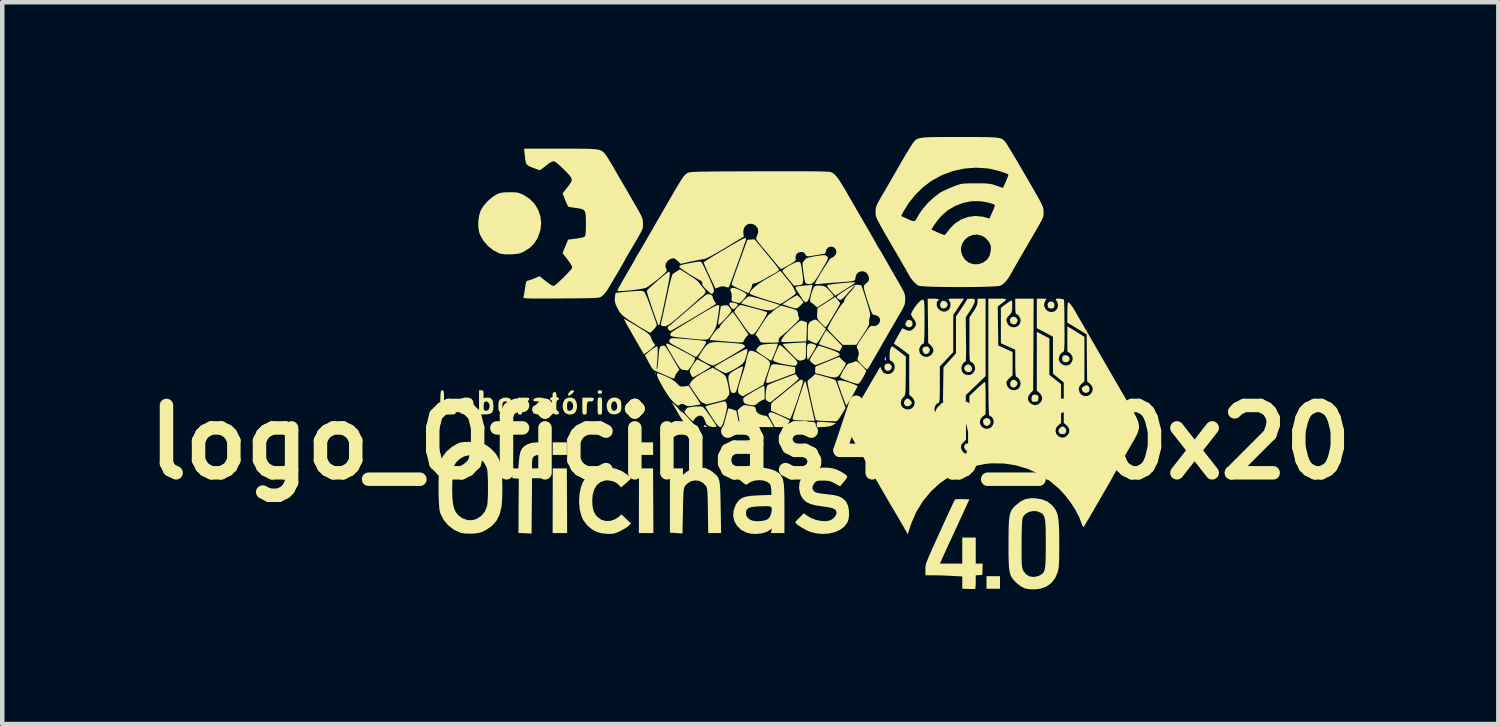
<source format=kicad_pcb>
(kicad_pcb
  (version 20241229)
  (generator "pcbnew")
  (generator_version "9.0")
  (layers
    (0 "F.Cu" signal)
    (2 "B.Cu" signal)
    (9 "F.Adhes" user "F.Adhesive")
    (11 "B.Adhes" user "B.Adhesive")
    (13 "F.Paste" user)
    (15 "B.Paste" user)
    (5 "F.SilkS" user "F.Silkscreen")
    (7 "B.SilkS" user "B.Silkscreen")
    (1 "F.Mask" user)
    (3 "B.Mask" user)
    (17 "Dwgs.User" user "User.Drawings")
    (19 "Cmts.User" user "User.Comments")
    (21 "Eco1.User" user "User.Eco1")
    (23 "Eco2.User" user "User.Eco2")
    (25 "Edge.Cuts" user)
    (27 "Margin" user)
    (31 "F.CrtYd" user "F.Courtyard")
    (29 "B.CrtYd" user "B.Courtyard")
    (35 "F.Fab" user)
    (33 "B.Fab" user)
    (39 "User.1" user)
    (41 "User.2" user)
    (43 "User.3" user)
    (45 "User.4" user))
  (footprint "logo_Oficinas4.0_20x20"
    (layer "F.Cu")
    (at 13.657 6.8)
    (property "Reference" "logo_Oficinas4.0_20x20" (at 0 0 0) (layer "F.SilkS") (effects (font (size 1.5 1.5) (thickness 0.3))))
    (attr board_only exclude_from_pos_files exclude_from_bom)
    (fp_poly (pts (xy -2.107 -1.553) (xy -2.104 -1.53) (xy -2.107 -1.527) (xy -2.119 -1.529) (xy -2.12 -1.54) (xy -2.113 -1.556)) (stroke (width 0) (type solid)) (fill yes) (layer "F.SilkS"))
    (fp_poly (pts (xy -4.084 0.14) (xy -4.084 0.28) (xy -4.242 0.28) (xy -4.4 0.28) (xy -4.4 0.14) (xy -4.4 0) (xy -4.242 0) (xy -4.084 0)) (stroke (width 0) (type solid)) (fill yes) (layer "F.SilkS"))
    (fp_poly (pts (xy -4.081 1.3) (xy -4.078 2.02) (xy -4.239 2.02) (xy -4.401 2.02) (xy -4.4 1.3) (xy -4.398 0.58) (xy -4.241 0.58) (xy -4.085 0.58)) (stroke (width 0) (type solid)) (fill yes) (layer "F.SilkS"))
    (fp_poly (pts (xy -3.311 -1.151) (xy -3.3 -1.12) (xy -3.312 -1.089) (xy -3.35 -1.08) (xy -3.389 -1.089) (xy -3.4 -1.12) (xy -3.388 -1.151) (xy -3.35 -1.16)) (stroke (width 0) (type solid)) (fill yes) (layer "F.SilkS"))
    (fp_poly (pts (xy -2.164 0.14) (xy -2.164 0.28) (xy -2.322 0.28) (xy -2.48 0.28) (xy -2.48 0.14) (xy -2.48 0) (xy -2.322 0) (xy -2.164 0)) (stroke (width 0) (type solid)) (fill yes) (layer "F.SilkS"))
    (fp_poly (pts (xy -2.161 1.3) (xy -2.158 2.02) (xy -2.319 2.02) (xy -2.481 2.02) (xy -2.48 1.3) (xy -2.478 0.58) (xy -2.321 0.58) (xy -2.165 0.58)) (stroke (width 0) (type solid)) (fill yes) (layer "F.SilkS"))
    (fp_poly (pts (xy -0.977 -0.368) (xy -0.97 -0.36) (xy -0.976 -0.344) (xy -0.999 -0.34) (xy -1.032 -0.348) (xy -1.04 -0.36) (xy -1.024 -0.378) (xy -1.011 -0.38)) (stroke (width 0) (type solid)) (fill yes) (layer "F.SilkS"))
    (fp_poly (pts (xy 3.019 -1.883) (xy 3.02 -1.86) (xy 3.012 -1.827) (xy 3.002 -1.82) (xy 2.992 -1.836) (xy 2.994 -1.86) (xy 3.006 -1.892) (xy 3.012 -1.9)) (stroke (width 0) (type solid)) (fill yes) (layer "F.SilkS"))
    (fp_poly (pts (xy 5.56 3.12) (xy 5.56 3.26) (xy 5.41 3.26) (xy 5.26 3.26) (xy 5.26 3.12) (xy 5.26 2.98) (xy 5.41 2.98) (xy 5.56 2.98)) (stroke (width 0) (type solid)) (fill yes) (layer "F.SilkS"))
    (fp_poly (pts (xy 3.948 -2.131) (xy 3.985 -2.102) (xy 3.999 -2.058) (xy 3.982 -2.008) (xy 3.969 -1.991) (xy 3.922 -1.963) (xy 3.88 -1.974) (xy 3.85 -2.007) (xy 3.83 -2.063) (xy 3.846 -2.107) (xy 3.892 -2.132)) (stroke (width 0) (type solid)) (fill yes) (layer "F.SilkS"))
    (fp_poly (pts (xy -3.929 -1.153) (xy -3.925 -1.132) (xy -3.956 -1.093) (xy -3.966 -1.083) (xy -4.007 -1.053) (xy -4.042 -1.039) (xy -4.059 -1.045) (xy -4.06 -1.049) (xy -4.046 -1.097) (xy -4.012 -1.139) (xy -3.972 -1.16) (xy -3.967 -1.16)) (stroke (width 0) (type solid)) (fill yes) (layer "F.SilkS"))
    (fp_poly (pts (xy 3.086 -1.753) (xy 3.133 -1.727) (xy 3.151 -1.687) (xy 3.145 -1.645) (xy 3.116 -1.61) (xy 3.069 -1.593) (xy 3.035 -1.595) (xy 3.004 -1.619) (xy 2.987 -1.653) (xy 2.989 -1.709) (xy 3.021 -1.746) (xy 3.074 -1.755)) (stroke (width 0) (type solid)) (fill yes) (layer "F.SilkS"))
    (fp_poly (pts (xy 3.523 -0.971) (xy 3.56 -0.94) (xy 3.594 -0.898) (xy 3.594 -0.864) (xy 3.569 -0.831) (xy 3.518 -0.803) (xy 3.466 -0.808) (xy 3.444 -0.824) (xy 3.421 -0.871) (xy 3.433 -0.924) (xy 3.451 -0.949) (xy 3.489 -0.976)) (stroke (width 0) (type solid)) (fill yes) (layer "F.SilkS"))
    (fp_poly (pts (xy 4.891 -1.723) (xy 4.926 -1.685) (xy 4.94 -1.643) (xy 4.924 -1.593) (xy 4.885 -1.566) (xy 4.836 -1.565) (xy 4.791 -1.591) (xy 4.766 -1.628) (xy 4.76 -1.65) (xy 4.776 -1.689) (xy 4.812 -1.725) (xy 4.85 -1.74)) (stroke (width 0) (type solid)) (fill yes) (layer "F.SilkS"))
    (fp_poly (pts (xy 5.296 -0.536) (xy 5.333 -0.509) (xy 5.352 -0.467) (xy 5.344 -0.421) (xy 5.33 -0.4) (xy 5.284 -0.365) (xy 5.241 -0.368) (xy 5.211 -0.391) (xy 5.183 -0.442) (xy 5.188 -0.494) (xy 5.204 -0.516) (xy 5.25 -0.541)) (stroke (width 0) (type solid)) (fill yes) (layer "F.SilkS"))
    (fp_poly (pts (xy 5.89 -1.389) (xy 5.93 -1.36) (xy 5.95 -1.317) (xy 5.948 -1.292) (xy 5.917 -1.242) (xy 5.871 -1.22) (xy 5.823 -1.23) (xy 5.8 -1.25) (xy 5.785 -1.296) (xy 5.796 -1.347) (xy 5.828 -1.384) (xy 5.841 -1.39)) (stroke (width 0) (type solid)) (fill yes) (layer "F.SilkS"))
    (fp_poly (pts (xy 5.896 -2.791) (xy 5.934 -2.762) (xy 5.951 -2.718) (xy 5.948 -2.693) (xy 5.917 -2.639) (xy 5.872 -2.623) (xy 5.815 -2.642) (xy 5.787 -2.678) (xy 5.782 -2.729) (xy 5.802 -2.774) (xy 5.804 -2.776) (xy 5.849 -2.798)) (stroke (width 0) (type solid)) (fill yes) (layer "F.SilkS"))
    (fp_poly (pts (xy 6.738 -3.127) (xy 6.77 -3.089) (xy 6.772 -3.032) (xy 6.772 -3.03) (xy 6.753 -2.993) (xy 6.714 -2.98) (xy 6.699 -2.98) (xy 6.652 -2.989) (xy 6.628 -3.009) (xy 6.619 -3.068) (xy 6.639 -3.114) (xy 6.682 -3.136)) (stroke (width 0) (type solid)) (fill yes) (layer "F.SilkS"))
    (fp_poly (pts (xy 6.975 -0.35) (xy 7.001 -0.33) (xy 7.034 -0.28) (xy 7.034 -0.231) (xy 7.005 -0.194) (xy 6.95 -0.18) (xy 6.904 -0.191) (xy 6.884 -0.204) (xy 6.861 -0.25) (xy 6.875 -0.298) (xy 6.911 -0.332) (xy 6.949 -0.353)) (stroke (width 0) (type solid)) (fill yes) (layer "F.SilkS"))
    (fp_poly (pts (xy -0.383 -3.11) (xy -0.314 -3.094) (xy -0.282 -3.077) (xy -0.281 -3.053) (xy -0.309 -3.017) (xy -0.311 -3.014) (xy -0.354 -2.973) (xy -0.386 -2.965) (xy -0.417 -2.99) (xy -0.44 -3.02) (xy -0.469 -3.073) (xy -0.464 -3.105) (xy -0.425 -3.115)) (stroke (width 0) (type solid)) (fill yes) (layer "F.SilkS"))
    (fp_poly (pts (xy 3.588 -2.708) (xy 3.612 -2.667) (xy 3.611 -2.612) (xy 3.582 -2.575) (xy 3.538 -2.561) (xy 3.488 -2.578) (xy 3.471 -2.591) (xy 3.451 -2.624) (xy 3.461 -2.663) (xy 3.463 -2.666) (xy 3.488 -2.705) (xy 3.505 -2.723) (xy 3.547 -2.729)) (stroke (width 0) (type solid)) (fill yes) (layer "F.SilkS"))
    (fp_poly (pts (xy 4.331 -3.148) (xy 4.366 -3.123) (xy 4.394 -3.087) (xy 4.392 -3.051) (xy 4.384 -3.031) (xy 4.348 -2.991) (xy 4.298 -2.98) (xy 4.25 -3) (xy 4.24 -3.01) (xy 4.225 -3.056) (xy 4.236 -3.107) (xy 4.269 -3.145) (xy 4.282 -3.151)) (stroke (width 0) (type solid)) (fill yes) (layer "F.SilkS"))
    (fp_poly (pts (xy 7.076 -1.925) (xy 7.107 -1.887) (xy 7.107 -1.836) (xy 7.1 -1.82) (xy 7.063 -1.788) (xy 7.013 -1.782) (xy 6.967 -1.803) (xy 6.96 -1.81) (xy 6.945 -1.853) (xy 6.948 -1.89) (xy 6.967 -1.927) (xy 7.007 -1.94) (xy 7.02 -1.94)) (stroke (width 0) (type solid)) (fill yes) (layer "F.SilkS"))
    (fp_poly (pts (xy 1.565 -0.458) (xy 1.632 -0.454) (xy 1.718 -0.448) (xy 1.779 -0.443) (xy 1.909 -0.43) (xy 1.849 -0.39) (xy 1.795 -0.365) (xy 1.718 -0.35) (xy 1.635 -0.343) (xy 1.48 -0.336) (xy 1.48 -0.398) (xy 1.483 -0.437) (xy 1.498 -0.454) (xy 1.536 -0.458)) (stroke (width 0) (type solid)) (fill yes) (layer "F.SilkS"))
    (fp_poly (pts (xy 4.302 -0.807) (xy 4.333 -0.771) (xy 4.34 -0.737) (xy 4.327 -0.698) (xy 4.297 -0.66) (xy 4.265 -0.64) (xy 4.261 -0.64) (xy 4.235 -0.651) (xy 4.198 -0.678) (xy 4.167 -0.709) (xy 4.165 -0.741) (xy 4.175 -0.768) (xy 4.21 -0.808) (xy 4.257 -0.82)) (stroke (width 0) (type solid)) (fill yes) (layer "F.SilkS"))
    (fp_poly (pts (xy 4.898 0.036) (xy 4.92 0.061) (xy 4.932 0.104) (xy 4.927 0.148) (xy 4.911 0.176) (xy 4.9 0.18) (xy 4.868 0.187) (xy 4.854 0.191) (xy 4.819 0.187) (xy 4.793 0.17) (xy 4.763 0.119) (xy 4.767 0.069) (xy 4.801 0.033) (xy 4.853 0.02)) (stroke (width 0) (type solid)) (fill yes) (layer "F.SilkS"))
    (fp_poly (pts (xy 6.374 -1.059) (xy 6.376 -1.058) (xy 6.409 -1.037) (xy 6.418 -1) (xy 6.416 -0.975) (xy 6.406 -0.929) (xy 6.381 -0.909) (xy 6.349 -0.904) (xy 6.302 -0.904) (xy 6.274 -0.912) (xy 6.264 -0.941) (xy 6.26 -0.983) (xy 6.275 -1.037) (xy 6.316 -1.064)) (stroke (width 0) (type solid)) (fill yes) (layer "F.SilkS"))
    (fp_poly (pts (xy 7.507 -1.268) (xy 7.54 -1.237) (xy 7.555 -1.188) (xy 7.547 -1.14) (xy 7.54 -1.13) (xy 7.497 -1.104) (xy 7.446 -1.105) (xy 7.406 -1.13) (xy 7.401 -1.139) (xy 7.384 -1.179) (xy 7.38 -1.198) (xy 7.397 -1.227) (xy 7.436 -1.254) (xy 7.481 -1.27)) (stroke (width 0) (type solid)) (fill yes) (layer "F.SilkS"))
    (fp_poly (pts (xy 1.071 -3.256) (xy 1.108 -3.216) (xy 1.128 -3.193) (xy 1.187 -3.12) (xy 1.12 -3.05) (xy 1.074 -3.009) (xy 1.034 -2.984) (xy 1.021 -2.981) (xy 0.988 -2.987) (xy 0.928 -3.003) (xy 0.856 -3.025) (xy 0.85 -3.027) (xy 0.71 -3.073) (xy 0.868 -3.177) (xy 0.939 -3.221) (xy 0.998 -3.255) (xy 1.037 -3.273) (xy 1.047 -3.274)) (stroke (width 0) (type solid)) (fill yes) (layer "F.SilkS"))
    (fp_poly (pts (xy 1.319 -0.459) (xy 1.384 -0.456) (xy 1.423 -0.449) (xy 1.443 -0.437) (xy 1.448 -0.428) (xy 1.459 -0.396) (xy 1.46 -0.373) (xy 1.447 -0.357) (xy 1.414 -0.348) (xy 1.356 -0.342) (xy 1.268 -0.34) (xy 1.146 -0.34) (xy 1.14 -0.34) (xy 0.819 -0.34) (xy 0.85 -0.388) (xy 0.875 -0.416) (xy 0.91 -0.436) (xy 0.963 -0.449) (xy 1.039 -0.456) (xy 1.145 -0.46) (xy 1.22 -0.46)) (stroke (width 0) (type solid)) (fill yes) (layer "F.SilkS"))
    (fp_poly (pts (xy 1.398 -2.194) (xy 1.442 -2.176) (xy 1.466 -2.154) (xy 1.466 -2.147) (xy 1.454 -2.115) (xy 1.426 -2.064) (xy 1.39 -2.002) (xy 1.351 -1.939) (xy 1.316 -1.885) (xy 1.289 -1.849) (xy 1.278 -1.84) (xy 1.27 -1.858) (xy 1.264 -1.908) (xy 1.26 -1.979) (xy 1.26 -2.011) (xy 1.261 -2.094) (xy 1.265 -2.146) (xy 1.273 -2.176) (xy 1.289 -2.191) (xy 1.305 -2.198) (xy 1.348 -2.203)) (stroke (width 0) (type solid)) (fill yes) (layer "F.SilkS"))
    (fp_poly (pts (xy 1.707 -2.487) (xy 1.745 -2.453) (xy 1.799 -2.399) (xy 1.865 -2.333) (xy 1.874 -2.323) (xy 2.05 -2.14) (xy 2.019 -2.084) (xy 1.989 -2.027) (xy 1.762 -2.103) (xy 1.673 -2.133) (xy 1.599 -2.159) (xy 1.548 -2.178) (xy 1.527 -2.187) (xy 1.527 -2.187) (xy 1.533 -2.205) (xy 1.554 -2.249) (xy 1.584 -2.308) (xy 1.618 -2.372) (xy 1.651 -2.432) (xy 1.678 -2.477) (xy 1.692 -2.498)) (stroke (width 0) (type solid)) (fill yes) (layer "F.SilkS"))
    (fp_poly (pts (xy 2.333 -3.563) (xy 2.34 -3.56) (xy 2.335 -3.553) (xy 2.319 -3.539) (xy 2.287 -3.517) (xy 2.234 -3.482) (xy 2.156 -3.433) (xy 2.05 -3.366) (xy 1.89 -3.266) (xy 1.792 -3.374) (xy 1.74 -3.437) (xy 1.714 -3.481) (xy 1.713 -3.501) (xy 1.737 -3.508) (xy 1.791 -3.517) (xy 1.868 -3.527) (xy 1.958 -3.537) (xy 2.054 -3.547) (xy 2.148 -3.555) (xy 2.231 -3.561) (xy 2.295 -3.564)) (stroke (width 0) (type solid)) (fill yes) (layer "F.SilkS"))
    (fp_poly (pts (xy 1.371 -3.442) (xy 1.341 -3.317) (xy 1.315 -3.226) (xy 1.291 -3.167) (xy 1.268 -3.134) (xy 1.247 -3.124) (xy 1.21 -3.132) (xy 1.173 -3.17) (xy 1.157 -3.194) (xy 1.123 -3.248) (xy 1.096 -3.293) (xy 1.09 -3.302) (xy 1.064 -3.342) (xy 1.032 -3.388) (xy 1.01 -3.432) (xy 1.012 -3.46) (xy 1.012 -3.46) (xy 1.039 -3.469) (xy 1.096 -3.479) (xy 1.172 -3.488) (xy 1.207 -3.492) (xy 1.384 -3.506)) (stroke (width 0) (type solid)) (fill yes) (layer "F.SilkS"))
    (fp_poly (pts (xy 1.488 -2.717) (xy 1.529 -2.68) (xy 1.574 -2.636) (xy 1.684 -2.525) (xy 1.59 -2.363) (xy 1.547 -2.292) (xy 1.509 -2.237) (xy 1.482 -2.205) (xy 1.473 -2.2) (xy 1.443 -2.208) (xy 1.392 -2.229) (xy 1.365 -2.242) (xy 1.28 -2.284) (xy 1.28 -2.461) (xy 1.282 -2.556) (xy 1.29 -2.621) (xy 1.309 -2.663) (xy 1.343 -2.693) (xy 1.396 -2.718) (xy 1.4 -2.72) (xy 1.433 -2.732) (xy 1.459 -2.732)) (stroke (width 0) (type solid)) (fill yes) (layer "F.SilkS"))
    (fp_poly (pts (xy -3.327 -0.999) (xy -3.312 -0.99) (xy -3.304 -0.966) (xy -3.301 -0.919) (xy -3.3 -0.842) (xy -3.3 -0.81) (xy -3.3 -0.722) (xy -3.303 -0.666) (xy -3.309 -0.636) (xy -3.321 -0.623) (xy -3.342 -0.62) (xy -3.35 -0.62) (xy -3.373 -0.621) (xy -3.388 -0.63) (xy -3.396 -0.654) (xy -3.399 -0.701) (xy -3.4 -0.778) (xy -3.4 -0.81) (xy -3.4 -0.898) (xy -3.397 -0.954) (xy -3.391 -0.984) (xy -3.379 -0.997) (xy -3.358 -1) (xy -3.35 -1)) (stroke (width 0) (type solid)) (fill yes) (layer "F.SilkS"))
    (fp_poly (pts (xy -1.031 -1.771) (xy -0.963 -1.734) (xy -0.91 -1.704) (xy -0.882 -1.685) (xy -0.88 -1.681) (xy -0.896 -1.669) (xy -0.939 -1.642) (xy -0.999 -1.605) (xy -1.069 -1.563) (xy -1.141 -1.521) (xy -1.206 -1.484) (xy -1.256 -1.457) (xy -1.279 -1.446) (xy -1.293 -1.459) (xy -1.316 -1.498) (xy -1.324 -1.515) (xy -1.344 -1.561) (xy -1.347 -1.595) (xy -1.332 -1.633) (xy -1.311 -1.67) (xy -1.272 -1.732) (xy -1.233 -1.787) (xy -1.223 -1.801) (xy -1.182 -1.85)) (stroke (width 0) (type solid)) (fill yes) (layer "F.SilkS"))
    (fp_poly (pts (xy 0.48 -0.666) (xy 0.528 -0.651) (xy 0.601 -0.621) (xy 0.67 -0.589) (xy 0.753 -0.551) (xy 0.82 -0.518) (xy 0.865 -0.494) (xy 0.88 -0.483) (xy 0.87 -0.461) (xy 0.844 -0.42) (xy 0.835 -0.406) (xy 0.807 -0.37) (xy 0.779 -0.35) (xy 0.737 -0.342) (xy 0.669 -0.34) (xy 0.547 -0.34) (xy 0.474 -0.473) (xy 0.433 -0.546) (xy 0.411 -0.593) (xy 0.404 -0.622) (xy 0.41 -0.641) (xy 0.429 -0.659) (xy 0.43 -0.66) (xy 0.45 -0.669)) (stroke (width 0) (type solid)) (fill yes) (layer "F.SilkS"))
    (fp_poly (pts (xy 1.24 -2.043) (xy 1.239 -1.956) (xy 1.236 -1.9) (xy 1.228 -1.868) (xy 1.214 -1.851) (xy 1.195 -1.842) (xy 1.147 -1.825) (xy 1.109 -1.819) (xy 1.074 -1.826) (xy 1.035 -1.851) (xy 0.985 -1.897) (xy 0.916 -1.967) (xy 0.891 -1.993) (xy 0.825 -2.063) (xy 0.772 -2.123) (xy 0.736 -2.166) (xy 0.722 -2.188) (xy 0.723 -2.189) (xy 0.745 -2.194) (xy 0.8 -2.2) (xy 0.879 -2.206) (xy 0.974 -2.212) (xy 0.986 -2.213) (xy 1.24 -2.226)) (stroke (width 0) (type solid)) (fill yes) (layer "F.SilkS"))
    (fp_poly (pts (xy -6.842 -1.157) (xy -6.831 -1.145) (xy -6.824 -1.116) (xy -6.821 -1.063) (xy -6.82 -0.981) (xy -6.82 -0.93) (xy -6.82 -0.7) (xy -6.69 -0.7) (xy -6.62 -0.699) (xy -6.58 -0.693) (xy -6.563 -0.681) (xy -6.56 -0.66) (xy -6.563 -0.641) (xy -6.577 -0.629) (xy -6.611 -0.623) (xy -6.671 -0.62) (xy -6.735 -0.62) (xy -6.91 -0.62) (xy -6.904 -0.89) (xy -6.901 -0.999) (xy -6.898 -1.073) (xy -6.893 -1.121) (xy -6.885 -1.147) (xy -6.874 -1.158) (xy -6.859 -1.16)) (stroke (width 0) (type solid)) (fill yes) (layer "F.SilkS"))
    (fp_poly (pts (xy -0.337 -3.432) (xy -0.279 -3.41) (xy -0.213 -3.381) (xy -0.151 -3.349) (xy -0.104 -3.319) (xy -0.081 -3.297) (xy -0.08 -3.294) (xy -0.093 -3.263) (xy -0.124 -3.218) (xy -0.165 -3.169) (xy -0.207 -3.127) (xy -0.239 -3.104) (xy -0.247 -3.102) (xy -0.28 -3.108) (xy -0.333 -3.121) (xy -0.347 -3.125) (xy -0.396 -3.14) (xy -0.416 -3.16) (xy -0.416 -3.197) (xy -0.413 -3.218) (xy -0.415 -3.306) (xy -0.431 -3.349) (xy -0.447 -3.4) (xy -0.429 -3.43) (xy -0.377 -3.44)) (stroke (width 0) (type solid)) (fill yes) (layer "F.SilkS"))
    (fp_poly (pts (xy -0.105 -0.83) (xy -0.057 -0.82) (xy 0.008 -0.81) (xy 0.03 -0.807) (xy 0.086 -0.796) (xy 0.113 -0.78) (xy 0.12 -0.752) (xy 0.12 -0.749) (xy 0.138 -0.683) (xy 0.189 -0.633) (xy 0.269 -0.604) (xy 0.288 -0.601) (xy 0.338 -0.593) (xy 0.372 -0.579) (xy 0.4 -0.55) (xy 0.433 -0.498) (xy 0.452 -0.465) (xy 0.522 -0.34) (xy 0.153 -0.34) (xy -0.216 -0.34) (xy -0.251 -0.527) (xy -0.286 -0.715) (xy -0.218 -0.777) (xy -0.161 -0.82) (xy -0.114 -0.831)) (stroke (width 0) (type solid)) (fill yes) (layer "F.SilkS"))
    (fp_poly (pts (xy 0.584 -1.737) (xy 0.659 -1.728) (xy 0.749 -1.715) (xy 0.801 -1.707) (xy 1 -1.674) (xy 1 -1.609) (xy 1 -1.545) (xy 0.705 -1.432) (xy 0.585 -1.387) (xy 0.497 -1.355) (xy 0.436 -1.335) (xy 0.396 -1.325) (xy 0.371 -1.323) (xy 0.358 -1.33) (xy 0.352 -1.337) (xy 0.353 -1.362) (xy 0.366 -1.416) (xy 0.387 -1.49) (xy 0.405 -1.547) (xy 0.434 -1.634) (xy 0.455 -1.69) (xy 0.473 -1.722) (xy 0.493 -1.736) (xy 0.518 -1.74) (xy 0.535 -1.74)) (stroke (width 0) (type solid)) (fill yes) (layer "F.SilkS"))
    (fp_poly (pts (xy 1.159 -2.709) (xy 1.182 -2.7) (xy 1.19 -2.697) (xy 1.263 -2.671) (xy 1.256 -2.461) (xy 1.25 -2.25) (xy 1.15 -2.246) (xy 1.001 -2.24) (xy 0.888 -2.235) (xy 0.806 -2.233) (xy 0.749 -2.233) (xy 0.714 -2.234) (xy 0.695 -2.237) (xy 0.689 -2.241) (xy 0.691 -2.273) (xy 0.717 -2.323) (xy 0.761 -2.383) (xy 0.818 -2.445) (xy 0.824 -2.451) (xy 0.923 -2.544) (xy 0.997 -2.613) (xy 1.051 -2.661) (xy 1.089 -2.691) (xy 1.117 -2.707) (xy 1.139 -2.712)) (stroke (width 0) (type solid)) (fill yes) (layer "F.SilkS"))
    (fp_poly (pts (xy 1.944 -3.175) (xy 1.978 -3.132) (xy 1.998 -3.103) (xy 1.999 -3.098) (xy 1.99 -3.075) (xy 1.964 -3.027) (xy 1.927 -2.959) (xy 1.881 -2.88) (xy 1.832 -2.796) (xy 1.783 -2.715) (xy 1.74 -2.645) (xy 1.706 -2.592) (xy 1.685 -2.563) (xy 1.681 -2.56) (xy 1.661 -2.573) (xy 1.622 -2.609) (xy 1.575 -2.657) (xy 1.526 -2.71) (xy 1.499 -2.75) (xy 1.488 -2.789) (xy 1.488 -2.843) (xy 1.49 -2.87) (xy 1.497 -2.987) (xy 1.694 -3.113) (xy 1.89 -3.24)) (stroke (width 0) (type solid)) (fill yes) (layer "F.SilkS"))
    (fp_poly (pts (xy 2.035 -1.846) (xy 2.077 -1.806) (xy 2.112 -1.78) (xy 2.118 -1.777) (xy 2.127 -1.764) (xy 2.119 -1.731) (xy 2.09 -1.674) (xy 2.06 -1.623) (xy 2.012 -1.543) (xy 1.971 -1.489) (xy 1.929 -1.457) (xy 1.88 -1.445) (xy 1.813 -1.451) (xy 1.721 -1.472) (xy 1.65 -1.491) (xy 1.57 -1.512) (xy 1.504 -1.528) (xy 1.463 -1.538) (xy 1.454 -1.539) (xy 1.445 -1.557) (xy 1.443 -1.601) (xy 1.444 -1.614) (xy 1.45 -1.687) (xy 1.715 -1.796) (xy 1.979 -1.905)) (stroke (width 0) (type solid)) (fill yes) (layer "F.SilkS"))
    (fp_poly (pts (xy -0.469 -0.754) (xy -0.424 -0.742) (xy -0.397 -0.734) (xy -0.311 -0.704) (xy -0.276 -0.537) (xy -0.26 -0.459) (xy -0.248 -0.397) (xy -0.242 -0.36) (xy -0.241 -0.355) (xy -0.259 -0.348) (xy -0.308 -0.343) (xy -0.38 -0.34) (xy -0.422 -0.34) (xy -0.508 -0.341) (xy -0.561 -0.344) (xy -0.589 -0.351) (xy -0.597 -0.363) (xy -0.595 -0.375) (xy -0.585 -0.41) (xy -0.569 -0.471) (xy -0.547 -0.549) (xy -0.539 -0.58) (xy -0.518 -0.657) (xy -0.501 -0.717) (xy -0.49 -0.752) (xy -0.488 -0.756)) (stroke (width 0) (type solid)) (fill yes) (layer "F.SilkS"))
    (fp_poly (pts (xy -0.16 -1.684) (xy -0.165 -1.657) (xy -0.18 -1.6) (xy -0.201 -1.52) (xy -0.228 -1.424) (xy -0.257 -1.321) (xy -0.282 -1.235) (xy -0.304 -1.164) (xy -0.322 -1.123) (xy -0.342 -1.105) (xy -0.37 -1.1) (xy -0.376 -1.1) (xy -0.403 -1.102) (xy -0.422 -1.114) (xy -0.436 -1.143) (xy -0.45 -1.197) (xy -0.464 -1.265) (xy -0.483 -1.368) (xy -0.489 -1.442) (xy -0.478 -1.495) (xy -0.448 -1.537) (xy -0.397 -1.576) (xy -0.354 -1.602) (xy -0.263 -1.653) (xy -0.202 -1.682) (xy -0.169 -1.692)) (stroke (width 0) (type solid)) (fill yes) (layer "F.SilkS"))
    (fp_poly (pts (xy -0.003 -3.25) (xy 0.065 -3.236) (xy 0.168 -3.209) (xy 0.307 -3.168) (xy 0.482 -3.114) (xy 0.567 -3.087) (xy 0.663 -3.056) (xy 0.588 -3.005) (xy 0.534 -2.971) (xy 0.484 -2.95) (xy 0.43 -2.94) (xy 0.365 -2.943) (xy 0.282 -2.958) (xy 0.172 -2.985) (xy 0.098 -3.005) (xy -0.003 -3.033) (xy -0.09 -3.058) (xy -0.156 -3.077) (xy -0.193 -3.089) (xy -0.199 -3.092) (xy -0.192 -3.11) (xy -0.164 -3.145) (xy -0.124 -3.185) (xy -0.081 -3.222) (xy -0.046 -3.247) (xy -0.037 -3.251)) (stroke (width 0) (type solid)) (fill yes) (layer "F.SilkS"))
    (fp_poly (pts (xy 0.681 -2.156) (xy 0.73 -2.116) (xy 0.798 -2.053) (xy 0.882 -1.971) (xy 0.967 -1.885) (xy 1.018 -1.83) (xy 1.044 -1.794) (xy 1.05 -1.767) (xy 1.041 -1.742) (xy 1.029 -1.722) (xy 1.013 -1.71) (xy 0.987 -1.705) (xy 0.942 -1.708) (xy 0.873 -1.719) (xy 0.772 -1.737) (xy 0.769 -1.737) (xy 0.684 -1.755) (xy 0.609 -1.775) (xy 0.558 -1.794) (xy 0.546 -1.801) (xy 0.502 -1.832) (xy 0.569 -2.001) (xy 0.601 -2.075) (xy 0.629 -2.133) (xy 0.65 -2.166) (xy 0.656 -2.17)) (stroke (width 0) (type solid)) (fill yes) (layer "F.SilkS"))
    (fp_poly (pts (xy -4.975 -0.995) (xy -4.934 -0.988) (xy -4.92 -0.973) (xy -4.92 -0.972) (xy -4.932 -0.941) (xy -4.957 -0.915) (xy -4.982 -0.909) (xy -4.985 -0.912) (xy -5.011 -0.916) (xy -5.038 -0.91) (xy -5.061 -0.899) (xy -5.073 -0.876) (xy -5.079 -0.832) (xy -5.08 -0.759) (xy -5.081 -0.686) (xy -5.085 -0.644) (xy -5.096 -0.625) (xy -5.117 -0.62) (xy -5.13 -0.62) (xy -5.153 -0.621) (xy -5.168 -0.63) (xy -5.176 -0.655) (xy -5.179 -0.702) (xy -5.18 -0.78) (xy -5.18 -0.807) (xy -5.18 -0.994) (xy -5.05 -0.996)) (stroke (width 0) (type solid)) (fill yes) (layer "F.SilkS"))
    (fp_poly (pts (xy -3.535 -0.995) (xy -3.494 -0.988) (xy -3.48 -0.973) (xy -3.48 -0.972) (xy -3.492 -0.941) (xy -3.517 -0.915) (xy -3.542 -0.909) (xy -3.545 -0.912) (xy -3.571 -0.916) (xy -3.598 -0.91) (xy -3.621 -0.899) (xy -3.633 -0.876) (xy -3.639 -0.832) (xy -3.64 -0.759) (xy -3.641 -0.686) (xy -3.645 -0.644) (xy -3.656 -0.625) (xy -3.677 -0.62) (xy -3.69 -0.62) (xy -3.713 -0.621) (xy -3.728 -0.63) (xy -3.736 -0.655) (xy -3.739 -0.702) (xy -3.74 -0.78) (xy -3.74 -0.807) (xy -3.74 -0.994) (xy -3.61 -0.996)) (stroke (width 0) (type solid)) (fill yes) (layer "F.SilkS"))
    (fp_poly (pts (xy -0.49 -3.039) (xy -0.463 -3.009) (xy -0.434 -2.965) (xy -0.42 -2.93) (xy -0.42 -2.928) (xy -0.433 -2.903) (xy -0.467 -2.858) (xy -0.515 -2.802) (xy -0.57 -2.742) (xy -0.623 -2.687) (xy -0.668 -2.644) (xy -0.698 -2.622) (xy -0.703 -2.62) (xy -0.713 -2.637) (xy -0.712 -2.679) (xy -0.711 -2.685) (xy -0.702 -2.739) (xy -0.69 -2.815) (xy -0.679 -2.889) (xy -0.668 -2.959) (xy -0.659 -3.01) (xy -0.654 -3.032) (xy -0.654 -3.033) (xy -0.634 -3.038) (xy -0.589 -3.048) (xy -0.578 -3.05) (xy -0.525 -3.055)) (stroke (width 0) (type solid)) (fill yes) (layer "F.SilkS"))
    (fp_poly (pts (xy 0.314 -1.242) (xy 0.318 -1.193) (xy 0.32 -1.124) (xy 0.32 -1.11) (xy 0.32 -0.961) (xy 0.255 -0.933) (xy 0.198 -0.901) (xy 0.152 -0.863) (xy 0.152 -0.863) (xy 0.121 -0.836) (xy 0.082 -0.825) (xy 0.025 -0.828) (xy -0.055 -0.843) (xy -0.114 -0.862) (xy -0.144 -0.89) (xy -0.152 -0.911) (xy -0.158 -0.96) (xy -0.154 -0.987) (xy -0.134 -1.005) (xy -0.088 -1.036) (xy -0.023 -1.077) (xy 0.053 -1.123) (xy 0.132 -1.169) (xy 0.205 -1.21) (xy 0.264 -1.241) (xy 0.301 -1.258) (xy 0.308 -1.26)) (stroke (width 0) (type solid)) (fill yes) (layer "F.SilkS"))
    (fp_poly (pts (xy 1.089 -4.018) (xy 1.107 -4.009) (xy 1.121 -3.986) (xy 1.133 -3.942) (xy 1.145 -3.872) (xy 1.159 -3.769) (xy 1.16 -3.762) (xy 1.173 -3.657) (xy 1.175 -3.585) (xy 1.166 -3.539) (xy 1.143 -3.513) (xy 1.102 -3.501) (xy 1.067 -3.497) (xy 0.973 -3.489) (xy 0.851 -3.637) (xy 0.797 -3.704) (xy 0.752 -3.761) (xy 0.722 -3.801) (xy 0.715 -3.811) (xy 0.723 -3.833) (xy 0.76 -3.866) (xy 0.815 -3.905) (xy 0.881 -3.945) (xy 0.95 -3.981) (xy 1.011 -4.007) (xy 1.058 -4.019) (xy 1.063 -4.02)) (stroke (width 0) (type solid)) (fill yes) (layer "F.SilkS"))
    (fp_poly (pts (xy 0.603 -2.197) (xy 0.612 -2.195) (xy 0.609 -2.173) (xy 0.594 -2.125) (xy 0.571 -2.06) (xy 0.543 -1.988) (xy 0.514 -1.918) (xy 0.488 -1.861) (xy 0.469 -1.826) (xy 0.463 -1.82) (xy 0.441 -1.831) (xy 0.395 -1.859) (xy 0.333 -1.899) (xy 0.3 -1.921) (xy 0.231 -1.968) (xy 0.175 -2.008) (xy 0.14 -2.034) (xy 0.133 -2.039) (xy 0.134 -2.063) (xy 0.158 -2.102) (xy 0.17 -2.116) (xy 0.198 -2.145) (xy 0.227 -2.163) (xy 0.267 -2.175) (xy 0.329 -2.184) (xy 0.413 -2.191) (xy 0.495 -2.196) (xy 0.562 -2.198)) (stroke (width 0) (type solid)) (fill yes) (layer "F.SilkS"))
    (fp_poly (pts (xy 1.227 -1.353) (xy 1.237 -1.329) (xy 1.249 -1.285) (xy 1.267 -1.216) (xy 1.29 -1.119) (xy 1.319 -0.989) (xy 1.336 -0.914) (xy 1.434 -0.48) (xy 1.242 -0.483) (xy 1.152 -0.485) (xy 1.071 -0.488) (xy 1.012 -0.492) (xy 0.995 -0.494) (xy 0.955 -0.509) (xy 0.94 -0.529) (xy 0.946 -0.554) (xy 0.963 -0.61) (xy 0.988 -0.689) (xy 1.018 -0.786) (xy 1.053 -0.892) (xy 1.089 -1.002) (xy 1.125 -1.108) (xy 1.157 -1.204) (xy 1.184 -1.282) (xy 1.203 -1.336) (xy 1.213 -1.358) (xy 1.213 -1.358) (xy 1.22 -1.362)) (stroke (width 0) (type solid)) (fill yes) (layer "F.SilkS"))
    (fp_poly (pts (xy -1.687 -0.84) (xy -1.636 -0.792) (xy -1.594 -0.74) (xy -1.591 -0.735) (xy -1.56 -0.697) (xy -1.531 -0.68) (xy -1.531 -0.68) (xy -1.507 -0.666) (xy -1.464 -0.627) (xy -1.409 -0.571) (xy -1.367 -0.525) (xy -1.308 -0.459) (xy -1.259 -0.405) (xy -1.225 -0.369) (xy -1.214 -0.358) (xy -1.214 -0.349) (xy -1.242 -0.345) (xy -1.286 -0.348) (xy -1.332 -0.355) (xy -1.36 -0.363) (xy -1.42 -0.396) (xy -1.477 -0.45) (xy -1.537 -0.532) (xy -1.585 -0.61) (xy -1.629 -0.687) (xy -1.672 -0.761) (xy -1.705 -0.816) (xy -1.707 -0.82) (xy -1.749 -0.89)) (stroke (width 0) (type solid)) (fill yes) (layer "F.SilkS"))
    (fp_poly (pts (xy -0.555 -0.91) (xy -0.534 -0.875) (xy -0.527 -0.856) (xy -0.52 -0.819) (xy -0.52 -0.773) (xy -0.53 -0.712) (xy -0.55 -0.625) (xy -0.566 -0.565) (xy -0.596 -0.457) (xy -0.622 -0.383) (xy -0.649 -0.345) (xy -0.681 -0.34) (xy -0.72 -0.371) (xy -0.771 -0.435) (xy -0.839 -0.534) (xy -0.856 -0.56) (xy -0.909 -0.643) (xy -0.954 -0.715) (xy -0.985 -0.767) (xy -1 -0.795) (xy -1 -0.796) (xy -0.982 -0.807) (xy -0.933 -0.824) (xy -0.862 -0.845) (xy -0.81 -0.858) (xy -0.724 -0.879) (xy -0.65 -0.897) (xy -0.599 -0.909) (xy -0.584 -0.913)) (stroke (width 0) (type solid)) (fill yes) (layer "F.SilkS"))
    (fp_poly (pts (xy 2.005 -1.379) (xy 2.052 -1.373) (xy 2.118 -1.357) (xy 2.192 -1.334) (xy 2.266 -1.309) (xy 2.33 -1.284) (xy 2.374 -1.262) (xy 2.388 -1.248) (xy 2.377 -1.223) (xy 2.351 -1.174) (xy 2.315 -1.108) (xy 2.272 -1.034) (xy 2.229 -0.961) (xy 2.19 -0.895) (xy 2.159 -0.846) (xy 2.141 -0.822) (xy 2.139 -0.821) (xy 2.129 -0.838) (xy 2.108 -0.887) (xy 2.08 -0.96) (xy 2.046 -1.05) (xy 2.034 -1.085) (xy 2 -1.182) (xy 1.971 -1.265) (xy 1.951 -1.327) (xy 1.941 -1.361) (xy 1.94 -1.365) (xy 1.957 -1.375) (xy 2 -1.379)) (stroke (width 0) (type solid)) (fill yes) (layer "F.SilkS"))
    (fp_poly (pts (xy -2.796 -2.744) (xy -2.75 -2.719) (xy -2.68 -2.679) (xy -2.594 -2.627) (xy -2.52 -2.582) (xy -2.413 -2.516) (xy -2.336 -2.466) (xy -2.282 -2.428) (xy -2.247 -2.397) (xy -2.226 -2.37) (xy -2.214 -2.342) (xy -2.211 -2.333) (xy -2.187 -2.273) (xy -2.158 -2.223) (xy -2.155 -2.22) (xy -2.129 -2.185) (xy -2.12 -2.165) (xy -2.135 -2.144) (xy -2.173 -2.108) (xy -2.225 -2.064) (xy -2.281 -2.021) (xy -2.32 -1.995) (xy -2.37 -1.962) (xy -2.596 -2.354) (xy -2.66 -2.467) (xy -2.717 -2.567) (xy -2.763 -2.651) (xy -2.796 -2.712) (xy -2.813 -2.747) (xy -2.815 -2.752)) (stroke (width 0) (type solid)) (fill yes) (layer "F.SilkS"))
    (fp_poly (pts (xy 1.569 -3.491) (xy 1.626 -3.482) (xy 1.668 -3.466) (xy 1.709 -3.434) (xy 1.762 -3.378) (xy 1.765 -3.375) (xy 1.811 -3.322) (xy 1.845 -3.28) (xy 1.859 -3.258) (xy 1.86 -3.258) (xy 1.852 -3.247) (xy 1.828 -3.226) (xy 1.781 -3.194) (xy 1.709 -3.146) (xy 1.608 -3.081) (xy 1.596 -3.073) (xy 1.489 -3.004) (xy 1.427 -3.06) (xy 1.382 -3.097) (xy 1.346 -3.121) (xy 1.339 -3.124) (xy 1.331 -3.146) (xy 1.334 -3.194) (xy 1.347 -3.259) (xy 1.367 -3.331) (xy 1.39 -3.397) (xy 1.414 -3.45) (xy 1.434 -3.475) (xy 1.482 -3.491) (xy 1.559 -3.491)) (stroke (width 0) (type solid)) (fill yes) (layer "F.SilkS"))
    (fp_poly (pts (xy 1.041 -1.475) (xy 1.068 -1.439) (xy 1.079 -1.418) (xy 1.066 -1.4) (xy 1.029 -1.365) (xy 0.985 -1.326) (xy 0.925 -1.277) (xy 0.851 -1.216) (xy 0.768 -1.148) (xy 0.684 -1.08) (xy 0.604 -1.016) (xy 0.534 -0.961) (xy 0.482 -0.919) (xy 0.452 -0.897) (xy 0.449 -0.895) (xy 0.42 -0.897) (xy 0.382 -0.919) (xy 0.357 -0.94) (xy 0.344 -0.966) (xy 0.34 -1.007) (xy 0.343 -1.073) (xy 0.345 -1.099) (xy 0.354 -1.179) (xy 0.368 -1.241) (xy 0.382 -1.27) (xy 0.41 -1.286) (xy 0.468 -1.313) (xy 0.549 -1.347) (xy 0.647 -1.385) (xy 0.707 -1.408) (xy 1.004 -1.519)) (stroke (width 0) (type solid)) (fill yes) (layer "F.SilkS"))
    (fp_poly (pts (xy 1.555 -2.145) (xy 1.611 -2.126) (xy 1.688 -2.101) (xy 1.75 -2.081) (xy 1.866 -2.039) (xy 1.946 -2.002) (xy 1.987 -1.969) (xy 1.989 -1.943) (xy 1.985 -1.938) (xy 1.961 -1.925) (xy 1.908 -1.901) (xy 1.834 -1.869) (xy 1.75 -1.834) (xy 1.662 -1.799) (xy 1.58 -1.766) (xy 1.511 -1.74) (xy 1.465 -1.724) (xy 1.451 -1.721) (xy 1.423 -1.733) (xy 1.382 -1.764) (xy 1.373 -1.771) (xy 1.338 -1.807) (xy 1.323 -1.832) (xy 1.323 -1.836) (xy 1.352 -1.894) (xy 1.39 -1.961) (xy 1.431 -2.03) (xy 1.471 -2.09) (xy 1.504 -2.135) (xy 1.525 -2.154) (xy 1.527 -2.154)) (stroke (width 0) (type solid)) (fill yes) (layer "F.SilkS"))
    (fp_poly (pts (xy -0.064 -2.067) (xy -0.064 -2.036) (xy -0.075 -1.978) (xy -0.092 -1.913) (xy -0.126 -1.814) (xy -0.17 -1.751) (xy -0.177 -1.745) (xy -0.223 -1.711) (xy -0.287 -1.67) (xy -0.36 -1.627) (xy -0.433 -1.588) (xy -0.494 -1.558) (xy -0.535 -1.542) (xy -0.542 -1.541) (xy -0.573 -1.55) (xy -0.627 -1.574) (xy -0.685 -1.603) (xy -0.744 -1.637) (xy -0.785 -1.665) (xy -0.8 -1.679) (xy -0.783 -1.693) (xy -0.738 -1.722) (xy -0.67 -1.763) (xy -0.587 -1.811) (xy -0.494 -1.864) (xy -0.398 -1.918) (xy -0.305 -1.97) (xy -0.222 -2.014) (xy -0.155 -2.049) (xy -0.111 -2.07) (xy -0.1 -2.074) (xy -0.076 -2.078)) (stroke (width 0) (type solid)) (fill yes) (layer "F.SilkS"))
    (fp_poly (pts (xy -0.192 -3.055) (xy -0.134 -3.041) (xy -0.056 -3.021) (xy 0.036 -2.997) (xy 0.13 -2.972) (xy 0.22 -2.947) (xy 0.295 -2.925) (xy 0.348 -2.909) (xy 0.363 -2.903) (xy 0.374 -2.893) (xy 0.372 -2.872) (xy 0.357 -2.835) (xy 0.325 -2.777) (xy 0.275 -2.692) (xy 0.245 -2.645) (xy 0.176 -2.534) (xy 0.122 -2.457) (xy 0.077 -2.412) (xy 0.036 -2.4) (xy -0.008 -2.42) (xy -0.058 -2.474) (xy -0.122 -2.56) (xy -0.181 -2.645) (xy -0.241 -2.732) (xy -0.292 -2.807) (xy -0.331 -2.865) (xy -0.353 -2.898) (xy -0.356 -2.904) (xy -0.349 -2.93) (xy -0.322 -2.97) (xy -0.285 -3.012) (xy -0.247 -3.046) (xy -0.221 -3.06)) (stroke (width 0) (type solid)) (fill yes) (layer "F.SilkS"))
    (fp_poly (pts (xy -1.821 -2.191) (xy -1.767 -2.166) (xy -1.692 -2.13) (xy -1.605 -2.086) (xy -1.513 -2.038) (xy -1.422 -1.99) (xy -1.342 -1.946) (xy -1.278 -1.909) (xy -1.239 -1.884) (xy -1.232 -1.879) (xy -1.232 -1.854) (xy -1.25 -1.808) (xy -1.281 -1.75) (xy -1.318 -1.691) (xy -1.355 -1.641) (xy -1.386 -1.609) (xy -1.4 -1.604) (xy -1.441 -1.608) (xy -1.494 -1.614) (xy -1.52 -1.62) (xy -1.545 -1.634) (xy -1.571 -1.661) (xy -1.604 -1.707) (xy -1.648 -1.777) (xy -1.707 -1.877) (xy -1.708 -1.878) (xy -1.774 -1.991) (xy -1.822 -2.073) (xy -1.853 -2.131) (xy -1.869 -2.168) (xy -1.873 -2.188) (xy -1.867 -2.198) (xy -1.852 -2.2) (xy -1.848 -2.2)) (stroke (width 0) (type solid)) (fill yes) (layer "F.SilkS"))
    (fp_poly (pts (xy -1.618 -2.316) (xy -1.517 -2.308) (xy -1.457 -2.303) (xy -1.304 -2.29) (xy -1.187 -2.279) (xy -1.101 -2.27) (xy -1.041 -2.261) (xy -1.004 -2.252) (xy -0.985 -2.243) (xy -0.98 -2.233) (xy -0.991 -2.205) (xy -1.019 -2.155) (xy -1.058 -2.094) (xy -1.102 -2.029) (xy -1.145 -1.969) (xy -1.182 -1.924) (xy -1.205 -1.902) (xy -1.208 -1.901) (xy -1.234 -1.911) (xy -1.286 -1.937) (xy -1.352 -1.973) (xy -1.37 -1.983) (xy -1.46 -2.034) (xy -1.56 -2.089) (xy -1.643 -2.132) (xy -1.727 -2.178) (xy -1.78 -2.212) (xy -1.804 -2.241) (xy -1.805 -2.268) (xy -1.792 -2.291) (xy -1.779 -2.305) (xy -1.762 -2.314) (xy -1.734 -2.319) (xy -1.688 -2.319)) (stroke (width 0) (type solid)) (fill yes) (layer "F.SilkS"))
    (fp_poly (pts (xy -3.916 -0.966) (xy -3.903 -0.954) (xy -3.871 -0.894) (xy -3.858 -0.816) (xy -3.865 -0.737) (xy -3.893 -0.673) (xy -3.901 -0.664) (xy -3.961 -0.626) (xy -4.032 -0.618) (xy -4.1 -0.64) (xy -4.141 -0.675) (xy -4.17 -0.739) (xy -4.178 -0.814) (xy -4.08 -0.814) (xy -4.077 -0.758) (xy -4.07 -0.72) (xy -4.067 -0.713) (xy -4.029 -0.7) (xy -3.986 -0.713) (xy -3.959 -0.741) (xy -3.943 -0.8) (xy -3.95 -0.856) (xy -3.976 -0.899) (xy -4.016 -0.918) (xy -4.047 -0.914) (xy -4.07 -0.89) (xy -4.08 -0.836) (xy -4.08 -0.814) (xy -4.178 -0.814) (xy -4.178 -0.817) (xy -4.165 -0.893) (xy -4.131 -0.953) (xy -4.12 -0.964) (xy -4.054 -0.995) (xy -3.981 -0.996)) (stroke (width 0) (type solid)) (fill yes) (layer "F.SilkS"))
    (fp_poly (pts (xy 2.392 -1.792) (xy 2.433 -1.757) (xy 2.474 -1.716) (xy 2.525 -1.663) (xy 2.563 -1.618) (xy 2.58 -1.59) (xy 2.58 -1.588) (xy 2.571 -1.561) (xy 2.546 -1.509) (xy 2.511 -1.444) (xy 2.505 -1.433) (xy 2.458 -1.358) (xy 2.421 -1.315) (xy 2.391 -1.302) (xy 2.39 -1.302) (xy 2.354 -1.309) (xy 2.292 -1.327) (xy 2.213 -1.352) (xy 2.175 -1.366) (xy 2.099 -1.396) (xy 2.039 -1.424) (xy 2.005 -1.445) (xy 2 -1.453) (xy 2.009 -1.48) (xy 2.035 -1.532) (xy 2.071 -1.599) (xy 2.082 -1.618) (xy 2.129 -1.694) (xy 2.165 -1.739) (xy 2.195 -1.758) (xy 2.207 -1.76) (xy 2.255 -1.769) (xy 2.309 -1.791) (xy 2.34 -1.805) (xy 2.364 -1.807)) (stroke (width 0) (type solid)) (fill yes) (layer "F.SilkS"))
    (fp_poly (pts (xy -2.954 -0.985) (xy -2.918 -0.962) (xy -2.89 -0.933) (xy -2.876 -0.894) (xy -2.872 -0.832) (xy -2.871 -0.81) (xy -2.874 -0.74) (xy -2.885 -0.696) (xy -2.909 -0.665) (xy -2.918 -0.658) (xy -2.985 -0.627) (xy -3.063 -0.623) (xy -3.132 -0.649) (xy -3.135 -0.651) (xy -3.172 -0.697) (xy -3.194 -0.766) (xy -3.195 -0.799) (xy -3.1 -0.799) (xy -3.088 -0.739) (xy -3.059 -0.705) (xy -3.02 -0.701) (xy -2.981 -0.729) (xy -2.964 -0.773) (xy -2.966 -0.831) (xy -2.983 -0.884) (xy -3.003 -0.907) (xy -3.045 -0.915) (xy -3.078 -0.89) (xy -3.097 -0.836) (xy -3.1 -0.799) (xy -3.195 -0.799) (xy -3.197 -0.842) (xy -3.192 -0.87) (xy -3.156 -0.94) (xy -3.098 -0.984) (xy -3.027 -1.001)) (stroke (width 0) (type solid)) (fill yes) (layer "F.SilkS"))
    (fp_poly (pts (xy -5.959 -1.156) (xy -5.944 -1.137) (xy -5.94 -1.091) (xy -5.94 -1.074) (xy -5.94 -0.989) (xy -5.862 -0.996) (xy -5.797 -0.992) (xy -5.753 -0.96) (xy -5.728 -0.899) (xy -5.72 -0.803) (xy -5.72 -0.796) (xy -5.726 -0.717) (xy -5.75 -0.665) (xy -5.796 -0.636) (xy -5.872 -0.624) (xy -5.925 -0.623) (xy -6.04 -0.623) (xy -6.04 -0.775) (xy -5.938 -0.775) (xy -5.933 -0.733) (xy -5.932 -0.728) (xy -5.906 -0.702) (xy -5.867 -0.704) (xy -5.83 -0.729) (xy -5.816 -0.751) (xy -5.803 -0.812) (xy -5.815 -0.866) (xy -5.849 -0.902) (xy -5.88 -0.91) (xy -5.913 -0.905) (xy -5.93 -0.881) (xy -5.936 -0.833) (xy -5.938 -0.775) (xy -6.04 -0.775) (xy -6.04 -0.891) (xy -6.04 -1.16) (xy -5.99 -1.16)) (stroke (width 0) (type solid)) (fill yes) (layer "F.SilkS"))
    (fp_poly (pts (xy -0.867 -3.281) (xy -0.841 -3.253) (xy -0.84 -3.245) (xy -0.83 -3.205) (xy -0.805 -3.154) (xy -0.801 -3.146) (xy -0.762 -3.083) (xy -0.856 -3.024) (xy -0.928 -2.98) (xy -1.018 -2.925) (xy -1.122 -2.863) (xy -1.233 -2.796) (xy -1.346 -2.729) (xy -1.457 -2.664) (xy -1.559 -2.604) (xy -1.648 -2.553) (xy -1.717 -2.513) (xy -1.762 -2.487) (xy -1.778 -2.48) (xy -1.803 -2.492) (xy -1.816 -2.504) (xy -1.838 -2.541) (xy -1.834 -2.573) (xy -1.822 -2.583) (xy -1.802 -2.598) (xy -1.757 -2.635) (xy -1.69 -2.691) (xy -1.605 -2.764) (xy -1.506 -2.848) (xy -1.4 -2.94) (xy -1.291 -3.033) (xy -1.191 -3.118) (xy -1.105 -3.19) (xy -1.035 -3.246) (xy -0.988 -3.283) (xy -0.966 -3.297) (xy -0.914 -3.298)) (stroke (width 0) (type solid)) (fill yes) (layer "F.SilkS"))
    (fp_poly (pts (xy 1.164 -1.384) (xy 1.173 -1.369) (xy 1.171 -1.342) (xy 1.157 -1.284) (xy 1.134 -1.204) (xy 1.104 -1.107) (xy 1.069 -1) (xy 1.031 -0.89) (xy 0.994 -0.783) (xy 0.958 -0.687) (xy 0.927 -0.607) (xy 0.902 -0.55) (xy 0.886 -0.523) (xy 0.884 -0.521) (xy 0.861 -0.529) (xy 0.81 -0.551) (xy 0.738 -0.582) (xy 0.665 -0.614) (xy 0.46 -0.706) (xy 0.46 -0.79) (xy 0.464 -0.847) (xy 0.483 -0.886) (xy 0.527 -0.926) (xy 0.535 -0.932) (xy 0.587 -0.972) (xy 0.629 -1.005) (xy 0.64 -1.014) (xy 0.666 -1.035) (xy 0.716 -1.076) (xy 0.784 -1.132) (xy 0.863 -1.198) (xy 0.889 -1.219) (xy 0.97 -1.284) (xy 1.041 -1.339) (xy 1.096 -1.379) (xy 1.13 -1.399) (xy 1.135 -1.4)) (stroke (width 0) (type solid)) (fill yes) (layer "F.SilkS"))
    (fp_poly (pts (xy -4.56 0.14) (xy -4.56 0.28) (xy -4.677 0.28) (xy -4.763 0.286) (xy -4.818 0.309) (xy -4.848 0.355) (xy -4.859 0.43) (xy -4.86 0.467) (xy -4.86 0.58) (xy -4.71 0.58) (xy -4.56 0.58) (xy -4.56 0.69) (xy -4.56 0.8) (xy -4.71 0.8) (xy -4.859 0.8) (xy -4.865 1.415) (xy -4.87 2.03) (xy -5.016 2.024) (xy -5.162 2.018) (xy -5.159 1.414) (xy -5.155 0.81) (xy -5.228 0.804) (xy -5.3 0.798) (xy -5.3 0.689) (xy -5.3 0.58) (xy -5.233 0.58) (xy -5.166 0.58) (xy -5.152 0.42) (xy -5.138 0.295) (xy -5.116 0.203) (xy -5.081 0.135) (xy -5.031 0.084) (xy -4.961 0.043) (xy -4.95 0.038) (xy -4.868 0.012) (xy -4.76 0.001) (xy -4.715 0.000439) (xy -4.56 0)) (stroke (width 0) (type solid)) (fill yes) (layer "F.SilkS"))
    (fp_poly (pts (xy -0.611 -2.228) (xy -0.497 -2.22) (xy -0.365 -2.21) (xy -0.267 -2.201) (xy -0.2 -2.191) (xy -0.156 -2.179) (xy -0.132 -2.163) (xy -0.122 -2.143) (xy -0.12 -2.126) (xy -0.137 -2.111) (xy -0.182 -2.08) (xy -0.249 -2.037) (xy -0.332 -1.986) (xy -0.425 -1.93) (xy -0.521 -1.874) (xy -0.614 -1.82) (xy -0.698 -1.773) (xy -0.766 -1.737) (xy -0.813 -1.715) (xy -0.82 -1.712) (xy -0.85 -1.716) (xy -0.905 -1.736) (xy -0.975 -1.769) (xy -1.005 -1.785) (xy -1.074 -1.825) (xy -1.127 -1.858) (xy -1.157 -1.88) (xy -1.16 -1.885) (xy -1.15 -1.908) (xy -1.122 -1.955) (xy -1.083 -2.017) (xy -1.07 -2.036) (xy -1.022 -2.106) (xy -0.979 -2.159) (xy -0.934 -2.196) (xy -0.882 -2.219) (xy -0.815 -2.231) (xy -0.727 -2.233)) (stroke (width 0) (type solid)) (fill yes) (layer "F.SilkS"))
    (fp_poly (pts (xy -0.356 -2.856) (xy -0.331 -2.822) (xy -0.29 -2.763) (xy -0.237 -2.687) (xy -0.181 -2.605) (xy -0.041 -2.399) (xy -0.081 -2.359) (xy -0.119 -2.31) (xy -0.14 -2.269) (xy -0.147 -2.251) (xy -0.156 -2.238) (xy -0.171 -2.229) (xy -0.198 -2.225) (xy -0.242 -2.225) (xy -0.309 -2.228) (xy -0.403 -2.235) (xy -0.53 -2.246) (xy -0.59 -2.251) (xy -0.695 -2.26) (xy -0.785 -2.268) (xy -0.853 -2.274) (xy -0.891 -2.278) (xy -0.897 -2.278) (xy -0.898 -2.295) (xy -0.879 -2.333) (xy -0.847 -2.384) (xy -0.807 -2.439) (xy -0.766 -2.489) (xy -0.73 -2.525) (xy -0.706 -2.54) (xy -0.706 -2.54) (xy -0.683 -2.556) (xy -0.68 -2.57) (xy -0.667 -2.597) (xy -0.631 -2.644) (xy -0.58 -2.704) (xy -0.536 -2.751) (xy -0.392 -2.902)) (stroke (width 0) (type solid)) (fill yes) (layer "F.SilkS"))
    (fp_poly (pts (xy 1.681 -4.162) (xy 1.7 -4.149) (xy 1.708 -4.141) (xy 1.722 -4.125) (xy 1.728 -4.107) (xy 1.724 -4.082) (xy 1.708 -4.044) (xy 1.676 -3.986) (xy 1.627 -3.902) (xy 1.601 -3.857) (xy 1.529 -3.736) (xy 1.473 -3.647) (xy 1.428 -3.585) (xy 1.39 -3.546) (xy 1.354 -3.527) (xy 1.317 -3.522) (xy 1.275 -3.529) (xy 1.257 -3.533) (xy 1.239 -3.541) (xy 1.226 -3.558) (xy 1.215 -3.589) (xy 1.203 -3.643) (xy 1.191 -3.725) (xy 1.179 -3.814) (xy 1.168 -3.902) (xy 1.164 -3.96) (xy 1.167 -3.996) (xy 1.177 -4.018) (xy 1.187 -4.03) (xy 1.22 -4.067) (xy 1.235 -4.088) (xy 1.26 -4.102) (xy 1.318 -4.119) (xy 1.4 -4.136) (xy 1.46 -4.147) (xy 1.554 -4.161) (xy 1.616 -4.168) (xy 1.656 -4.169)) (stroke (width 0) (type solid)) (fill yes) (layer "F.SilkS"))
    (fp_poly (pts (xy -5.36 -0.98) (xy -5.319 -0.938) (xy -5.295 -0.872) (xy -5.289 -0.796) (xy -5.3 -0.723) (xy -5.33 -0.665) (xy -5.347 -0.65) (xy -5.415 -0.624) (xy -5.492 -0.626) (xy -5.56 -0.656) (xy -5.563 -0.658) (xy -5.591 -0.688) (xy -5.605 -0.727) (xy -5.61 -0.788) (xy -5.61 -0.81) (xy -5.61 -0.81) (xy -5.52 -0.81) (xy -5.514 -0.747) (xy -5.492 -0.714) (xy -5.449 -0.702) (xy -5.449 -0.702) (xy -5.418 -0.713) (xy -5.404 -0.724) (xy -5.385 -0.766) (xy -5.381 -0.823) (xy -5.393 -0.876) (xy -5.409 -0.899) (xy -5.45 -0.913) (xy -5.479 -0.91) (xy -5.506 -0.894) (xy -5.518 -0.858) (xy -5.52 -0.81) (xy -5.61 -0.81) (xy -5.607 -0.88) (xy -5.596 -0.923) (xy -5.572 -0.954) (xy -5.563 -0.962) (xy -5.496 -0.993) (xy -5.418 -0.998)) (stroke (width 0) (type solid)) (fill yes) (layer "F.SilkS"))
    (fp_poly (pts (xy -1.802 -3.795) (xy -1.794 -3.777) (xy -1.792 -3.742) (xy -1.797 -3.687) (xy -1.81 -3.608) (xy -1.83 -3.501) (xy -1.858 -3.362) (xy -1.891 -3.207) (xy -1.928 -3.033) (xy -1.957 -2.896) (xy -1.981 -2.79) (xy -1.999 -2.712) (xy -2.013 -2.659) (xy -2.024 -2.626) (xy -2.033 -2.61) (xy -2.04 -2.608) (xy -2.047 -2.615) (xy -2.048 -2.617) (xy -2.064 -2.651) (xy -2.088 -2.712) (xy -2.119 -2.796) (xy -2.153 -2.893) (xy -2.189 -2.997) (xy -2.224 -3.101) (xy -2.256 -3.198) (xy -2.281 -3.28) (xy -2.299 -3.341) (xy -2.306 -3.372) (xy -2.305 -3.375) (xy -2.288 -3.396) (xy -2.246 -3.437) (xy -2.186 -3.491) (xy -2.116 -3.554) (xy -2.041 -3.62) (xy -1.967 -3.683) (xy -1.902 -3.737) (xy -1.851 -3.777) (xy -1.82 -3.798) (xy -1.816 -3.8)) (stroke (width 0) (type solid)) (fill yes) (layer "F.SilkS"))
    (fp_poly (pts (xy -0.708 -1.59) (xy -0.641 -1.548) (xy -0.585 -1.507) (xy -0.552 -1.475) (xy -0.551 -1.474) (xy -0.535 -1.435) (xy -0.515 -1.368) (xy -0.495 -1.286) (xy -0.489 -1.255) (xy -0.473 -1.169) (xy -0.466 -1.113) (xy -0.467 -1.078) (xy -0.476 -1.055) (xy -0.484 -1.045) (xy -0.513 -1.003) (xy -0.525 -0.98) (xy -0.551 -0.959) (xy -0.614 -0.935) (xy -0.712 -0.908) (xy -0.733 -0.903) (xy -0.82 -0.882) (xy -0.894 -0.865) (xy -0.947 -0.852) (xy -0.963 -0.848) (xy -0.998 -0.85) (xy -1.009 -0.859) (xy -1.038 -0.877) (xy -1.059 -0.88) (xy -1.088 -0.898) (xy -1.135 -0.95) (xy -1.197 -1.037) (xy -1.226 -1.08) (xy -1.358 -1.281) (xy -1.317 -1.351) (xy -1.269 -1.406) (xy -1.186 -1.47) (xy -1.066 -1.543) (xy -0.924 -1.619) (xy -0.838 -1.662)) (stroke (width 0) (type solid)) (fill yes) (layer "F.SilkS"))
    (fp_poly (pts (xy -4.331 -1.111) (xy -4.32 -1.075) (xy -4.32 -1.06) (xy -4.311 -1.012) (xy -4.29 -1) (xy -4.263 -0.984) (xy -4.26 -0.97) (xy -4.276 -0.943) (xy -4.29 -0.94) (xy -4.307 -0.931) (xy -4.317 -0.898) (xy -4.32 -0.834) (xy -4.32 -0.82) (xy -4.318 -0.75) (xy -4.31 -0.713) (xy -4.294 -0.7) (xy -4.29 -0.7) (xy -4.266 -0.683) (xy -4.26 -0.66) (xy -4.269 -0.631) (xy -4.304 -0.62) (xy -4.32 -0.62) (xy -4.369 -0.629) (xy -4.397 -0.664) (xy -4.402 -0.675) (xy -4.413 -0.727) (xy -4.417 -0.798) (xy -4.416 -0.835) (xy -4.416 -0.902) (xy -4.425 -0.935) (xy -4.435 -0.94) (xy -4.457 -0.956) (xy -4.46 -0.97) (xy -4.444 -0.997) (xy -4.43 -1) (xy -4.405 -1.008) (xy -4.402 -1.015) (xy -4.403 -1.078) (xy -4.382 -1.114) (xy -4.36 -1.12)) (stroke (width 0) (type solid)) (fill yes) (layer "F.SilkS"))
    (fp_poly (pts (xy -0.095 -4.53) (xy -0.096 -4.518) (xy -0.105 -4.487) (xy -0.126 -4.426) (xy -0.155 -4.341) (xy -0.191 -4.237) (xy -0.232 -4.122) (xy -0.276 -3.999) (xy -0.32 -3.876) (xy -0.363 -3.759) (xy -0.402 -3.653) (xy -0.435 -3.564) (xy -0.46 -3.498) (xy -0.475 -3.461) (xy -0.478 -3.455) (xy -0.504 -3.451) (xy -0.549 -3.462) (xy -0.554 -3.464) (xy -0.605 -3.477) (xy -0.657 -3.47) (xy -0.696 -3.456) (xy -0.776 -3.425) (xy -0.911 -3.712) (xy -0.957 -3.81) (xy -0.995 -3.895) (xy -1.022 -3.96) (xy -1.037 -3.999) (xy -1.038 -4.008) (xy -1.005 -4.033) (xy -0.945 -4.072) (xy -0.864 -4.123) (xy -0.768 -4.182) (xy -0.662 -4.246) (xy -0.552 -4.311) (xy -0.443 -4.375) (xy -0.341 -4.433) (xy -0.251 -4.484) (xy -0.179 -4.523) (xy -0.13 -4.546) (xy -0.111 -4.553)) (stroke (width 0) (type solid)) (fill yes) (layer "F.SilkS"))
    (fp_poly (pts (xy -1.078 -0.796) (xy -1.061 -0.791) (xy -1.036 -0.767) (xy -0.995 -0.717) (xy -0.943 -0.647) (xy -0.885 -0.566) (xy -0.826 -0.479) (xy -0.771 -0.395) (xy -0.753 -0.365) (xy -0.758 -0.349) (xy -0.79 -0.341) (xy -0.839 -0.342) (xy -0.892 -0.351) (xy -0.938 -0.368) (xy -0.939 -0.369) (xy -0.984 -0.416) (xy -1.009 -0.482) (xy -1.04 -0.555) (xy -1.086 -0.593) (xy -1.143 -0.594) (xy -1.195 -0.567) (xy -1.236 -0.527) (xy -1.259 -0.488) (xy -1.26 -0.487) (xy -1.268 -0.471) (xy -1.285 -0.473) (xy -1.315 -0.499) (xy -1.365 -0.551) (xy -1.377 -0.563) (xy -1.43 -0.622) (xy -1.458 -0.661) (xy -1.467 -0.686) (xy -1.458 -0.704) (xy -1.454 -0.709) (xy -1.426 -0.742) (xy -1.417 -0.758) (xy -1.394 -0.772) (xy -1.342 -0.784) (xy -1.273 -0.793) (xy -1.199 -0.799) (xy -1.13 -0.8)) (stroke (width 0) (type solid)) (fill yes) (layer "F.SilkS"))
    (fp_poly (pts (xy 0.083 -2.026) (xy 0.164 -1.987) (xy 0.242 -1.939) (xy 0.33 -1.881) (xy 0.39 -1.837) (xy 0.426 -1.799) (xy 0.439 -1.757) (xy 0.432 -1.703) (xy 0.41 -1.627) (xy 0.374 -1.525) (xy 0.29 -1.281) (xy 0.07 -1.157) (xy -0.014 -1.11) (xy -0.086 -1.07) (xy -0.137 -1.041) (xy -0.162 -1.027) (xy -0.163 -1.027) (xy -0.185 -1.034) (xy -0.224 -1.059) (xy -0.23 -1.063) (xy -0.254 -1.086) (xy -0.269 -1.112) (xy -0.274 -1.147) (xy -0.269 -1.196) (xy -0.252 -1.267) (xy -0.224 -1.363) (xy -0.183 -1.491) (xy -0.181 -1.498) (xy -0.15 -1.593) (xy -0.125 -1.676) (xy -0.108 -1.738) (xy -0.1 -1.771) (xy -0.1 -1.773) (xy -0.095 -1.806) (xy -0.082 -1.864) (xy -0.067 -1.92) (xy -0.047 -1.986) (xy -0.03 -2.022) (xy -0.008 -2.037) (xy 0.026 -2.04) (xy 0.027 -2.04)) (stroke (width 0) (type solid)) (fill yes) (layer "F.SilkS"))
    (fp_poly (pts (xy -4.614 -0.985) (xy -4.589 -0.972) (xy -4.569 -0.949) (xy -4.555 -0.912) (xy -4.547 -0.851) (xy -4.543 -0.784) (xy -4.536 -0.624) (xy -4.667 -0.623) (xy -4.755 -0.626) (xy -4.81 -0.639) (xy -4.829 -0.652) (xy -4.856 -0.704) (xy -4.855 -0.747) (xy -4.776 -0.747) (xy -4.769 -0.719) (xy -4.739 -0.703) (xy -4.696 -0.706) (xy -4.658 -0.724) (xy -4.644 -0.745) (xy -4.648 -0.77) (xy -4.681 -0.78) (xy -4.697 -0.78) (xy -4.752 -0.771) (xy -4.776 -0.747) (xy -4.855 -0.747) (xy -4.854 -0.764) (xy -4.829 -0.809) (xy -4.786 -0.83) (xy -4.724 -0.84) (xy -4.717 -0.84) (xy -4.665 -0.843) (xy -4.645 -0.855) (xy -4.644 -0.875) (xy -4.659 -0.899) (xy -4.7 -0.909) (xy -4.734 -0.911) (xy -4.803 -0.917) (xy -4.835 -0.932) (xy -4.828 -0.956) (xy -4.811 -0.972) (xy -4.754 -0.994) (xy -4.681 -0.998)) (stroke (width 0) (type solid)) (fill yes) (layer "F.SilkS"))
    (fp_poly (pts (xy -2.036 -1.533) (xy -1.984 -1.513) (xy -1.913 -1.484) (xy -1.878 -1.469) (xy -1.757 -1.41) (xy -1.669 -1.348) (xy -1.637 -1.316) (xy -1.591 -1.27) (xy -1.557 -1.247) (xy -1.518 -1.242) (xy -1.466 -1.247) (xy -1.37 -1.259) (xy -1.236 -1.055) (xy -1.185 -0.977) (xy -1.144 -0.912) (xy -1.116 -0.866) (xy -1.107 -0.847) (xy -1.107 -0.847) (xy -1.127 -0.841) (xy -1.177 -0.832) (xy -1.246 -0.821) (xy -1.255 -0.819) (xy -1.334 -0.809) (xy -1.385 -0.807) (xy -1.419 -0.815) (xy -1.444 -0.829) (xy -1.503 -0.857) (xy -1.554 -0.849) (xy -1.578 -0.832) (xy -1.599 -0.819) (xy -1.624 -0.824) (xy -1.661 -0.851) (xy -1.703 -0.887) (xy -1.764 -0.953) (xy -1.837 -1.052) (xy -1.917 -1.177) (xy -1.938 -1.213) (xy -2.008 -1.338) (xy -2.055 -1.433) (xy -2.078 -1.497) (xy -2.077 -1.532) (xy -2.062 -1.54)) (stroke (width 0) (type solid)) (fill yes) (layer "F.SilkS"))
    (fp_poly (pts (xy -1.106 -4.022) (xy -1.088 -4.013) (xy -1.073 -3.988) (xy -1.044 -3.933) (xy -1.006 -3.855) (xy -0.961 -3.76) (xy -0.93 -3.694) (xy -0.879 -3.582) (xy -0.844 -3.499) (xy -0.821 -3.441) (xy -0.811 -3.4) (xy -0.81 -3.372) (xy -0.817 -3.349) (xy -0.839 -3.313) (xy -0.855 -3.3) (xy -0.877 -3.313) (xy -0.918 -3.347) (xy -0.971 -3.395) (xy -0.977 -3.401) (xy -1.035 -3.461) (xy -1.065 -3.503) (xy -1.071 -3.535) (xy -1.07 -3.54) (xy -1.071 -3.571) (xy -1.102 -3.599) (xy -1.124 -3.611) (xy -1.198 -3.651) (xy -1.281 -3.699) (xy -1.366 -3.752) (xy -1.445 -3.804) (xy -1.512 -3.85) (xy -1.559 -3.887) (xy -1.58 -3.909) (xy -1.58 -3.91) (xy -1.577 -3.926) (xy -1.563 -3.938) (xy -1.534 -3.95) (xy -1.482 -3.964) (xy -1.401 -3.981) (xy -1.308 -3.999) (xy -1.21 -4.016) (xy -1.145 -4.024)) (stroke (width 0) (type solid)) (fill yes) (layer "F.SilkS"))
    (fp_poly (pts (xy -6.232 -0.981) (xy -6.2 -0.96) (xy -6.178 -0.931) (xy -6.166 -0.89) (xy -6.161 -0.828) (xy -6.16 -0.772) (xy -6.16 -0.623) (xy -6.289 -0.622) (xy -6.377 -0.626) (xy -6.431 -0.64) (xy -6.449 -0.652) (xy -6.477 -0.706) (xy -6.474 -0.747) (xy -6.396 -0.747) (xy -6.389 -0.719) (xy -6.359 -0.703) (xy -6.316 -0.706) (xy -6.278 -0.724) (xy -6.264 -0.745) (xy -6.268 -0.77) (xy -6.301 -0.78) (xy -6.317 -0.78) (xy -6.372 -0.771) (xy -6.396 -0.747) (xy -6.474 -0.747) (xy -6.472 -0.772) (xy -6.459 -0.801) (xy -6.434 -0.827) (xy -6.388 -0.839) (xy -6.348 -0.84) (xy -6.292 -0.842) (xy -6.267 -0.852) (xy -6.264 -0.873) (xy -6.264 -0.875) (xy -6.28 -0.899) (xy -6.32 -0.909) (xy -6.354 -0.91) (xy -6.422 -0.915) (xy -6.454 -0.931) (xy -6.449 -0.955) (xy -6.431 -0.972) (xy -6.371 -0.996) (xy -6.299 -0.999)) (stroke (width 0) (type solid)) (fill yes) (layer "F.SilkS"))
    (fp_poly (pts (xy -5.265 -5.568) (xy -5.196 -5.563) (xy -5.141 -5.55) (xy -5.086 -5.528) (xy -5.057 -5.514) (xy -4.916 -5.425) (xy -4.804 -5.311) (xy -4.723 -5.178) (xy -4.673 -5.031) (xy -4.656 -4.875) (xy -4.675 -4.717) (xy -4.731 -4.56) (xy -4.744 -4.535) (xy -4.817 -4.422) (xy -4.908 -4.333) (xy -5.026 -4.257) (xy -5.046 -4.246) (xy -5.108 -4.218) (xy -5.171 -4.2) (xy -5.247 -4.191) (xy -5.33 -4.186) (xy -5.46 -4.186) (xy -5.554 -4.199) (xy -5.587 -4.208) (xy -5.722 -4.277) (xy -5.844 -4.375) (xy -5.945 -4.493) (xy -6.018 -4.624) (xy -6.039 -4.686) (xy -6.057 -4.798) (xy -6.056 -4.926) (xy -6.038 -5.052) (xy -6.004 -5.16) (xy -6 -5.17) (xy -5.936 -5.271) (xy -5.847 -5.372) (xy -5.746 -5.46) (xy -5.65 -5.52) (xy -5.594 -5.545) (xy -5.538 -5.559) (xy -5.47 -5.567) (xy -5.376 -5.569) (xy -5.36 -5.569)) (stroke (width 0) (type solid)) (fill yes) (layer "F.SilkS"))
    (fp_poly (pts (xy 1.665 -1.462) (xy 1.754 -1.437) (xy 1.828 -1.413) (xy 1.879 -1.393) (xy 1.899 -1.382) (xy 1.91 -1.356) (xy 1.931 -1.3) (xy 1.961 -1.22) (xy 1.996 -1.123) (xy 2.017 -1.063) (xy 2.122 -0.766) (xy 2.034 -0.618) (xy 1.991 -0.551) (xy 1.953 -0.499) (xy 1.925 -0.472) (xy 1.918 -0.469) (xy 1.887 -0.469) (xy 1.826 -0.471) (xy 1.745 -0.473) (xy 1.676 -0.475) (xy 1.579 -0.479) (xy 1.515 -0.484) (xy 1.477 -0.492) (xy 1.458 -0.504) (xy 1.452 -0.516) (xy 1.445 -0.545) (xy 1.43 -0.607) (xy 1.41 -0.695) (xy 1.385 -0.803) (xy 1.358 -0.925) (xy 1.35 -0.96) (xy 1.32 -1.097) (xy 1.298 -1.2) (xy 1.284 -1.274) (xy 1.276 -1.325) (xy 1.275 -1.357) (xy 1.28 -1.376) (xy 1.289 -1.387) (xy 1.294 -1.39) (xy 1.331 -1.417) (xy 1.377 -1.457) (xy 1.386 -1.466) (xy 1.444 -1.521)) (stroke (width 0) (type solid)) (fill yes) (layer "F.SilkS"))
    (fp_poly (pts (xy 0.681 -3.805) (xy 0.714 -3.767) (xy 0.759 -3.712) (xy 0.768 -3.7) (xy 0.817 -3.639) (xy 0.859 -3.588) (xy 0.886 -3.557) (xy 0.888 -3.555) (xy 0.92 -3.512) (xy 0.96 -3.443) (xy 0.999 -3.363) (xy 1.009 -3.341) (xy 1.011 -3.323) (xy 1 -3.304) (xy 0.973 -3.279) (xy 0.924 -3.243) (xy 0.848 -3.191) (xy 0.817 -3.17) (xy 0.753 -3.128) (xy 0.701 -3.097) (xy 0.67 -3.082) (xy 0.667 -3.081) (xy 0.643 -3.088) (xy 0.588 -3.104) (xy 0.508 -3.129) (xy 0.409 -3.159) (xy 0.322 -3.187) (xy 0.214 -3.222) (xy 0.12 -3.254) (xy 0.046 -3.282) (xy -0.000246 -3.302) (xy -0.014 -3.312) (xy -0.006 -3.347) (xy 0.031 -3.397) (xy 0.093 -3.456) (xy 0.172 -3.52) (xy 0.265 -3.584) (xy 0.346 -3.633) (xy 0.433 -3.682) (xy 0.511 -3.727) (xy 0.572 -3.763) (xy 0.603 -3.783) (xy 0.642 -3.809) (xy 0.665 -3.82) (xy 0.665 -3.82)) (stroke (width 0) (type solid)) (fill yes) (layer "F.SilkS"))
    (fp_poly (pts (xy -0.701 -3.053) (xy -0.693 -3.045) (xy -0.693 -3.02) (xy -0.697 -2.965) (xy -0.707 -2.886) (xy -0.72 -2.793) (xy -0.737 -2.69) (xy -0.752 -2.614) (xy -0.77 -2.557) (xy -0.794 -2.505) (xy -0.829 -2.448) (xy -0.848 -2.418) (xy -0.88 -2.37) (xy -0.905 -2.334) (xy -0.929 -2.309) (xy -0.959 -2.293) (xy -1.001 -2.286) (xy -1.061 -2.286) (xy -1.144 -2.292) (xy -1.256 -2.303) (xy -1.36 -2.313) (xy -1.499 -2.327) (xy -1.604 -2.338) (xy -1.679 -2.347) (xy -1.728 -2.356) (xy -1.759 -2.365) (xy -1.774 -2.375) (xy -1.779 -2.388) (xy -1.78 -2.401) (xy -1.779 -2.413) (xy -1.776 -2.424) (xy -1.765 -2.438) (xy -1.745 -2.456) (xy -1.711 -2.48) (xy -1.661 -2.514) (xy -1.59 -2.558) (xy -1.496 -2.615) (xy -1.375 -2.688) (xy -1.225 -2.779) (xy -1.185 -2.804) (xy -1.044 -2.888) (xy -0.934 -2.953) (xy -0.85 -3) (xy -0.788 -3.032) (xy -0.745 -3.05) (xy -0.718 -3.057)) (stroke (width 0) (type solid)) (fill yes) (layer "F.SilkS"))
    (fp_poly (pts (xy -1.369 -3.729) (xy -1.289 -3.676) (xy -1.22 -3.628) (xy -1.171 -3.589) (xy -1.15 -3.567) (xy -1.126 -3.532) (xy -1.085 -3.481) (xy -1.054 -3.444) (xy -1.012 -3.394) (xy -0.995 -3.357) (xy -1.004 -3.324) (xy -1.041 -3.283) (xy -1.089 -3.24) (xy -1.144 -3.192) (xy -1.197 -3.145) (xy -1.199 -3.143) (xy -1.24 -3.106) (xy -1.299 -3.054) (xy -1.36 -3) (xy -1.496 -2.882) (xy -1.605 -2.788) (xy -1.692 -2.715) (xy -1.76 -2.661) (xy -1.812 -2.623) (xy -1.853 -2.6) (xy -1.886 -2.588) (xy -1.915 -2.585) (xy -1.943 -2.589) (xy -1.966 -2.594) (xy -1.992 -2.613) (xy -1.993 -2.63) (xy -1.986 -2.656) (xy -1.972 -2.716) (xy -1.952 -2.804) (xy -1.928 -2.916) (xy -1.9 -3.045) (xy -1.87 -3.186) (xy -1.868 -3.194) (xy -1.829 -3.376) (xy -1.795 -3.524) (xy -1.766 -3.636) (xy -1.744 -3.71) (xy -1.728 -3.747) (xy -1.725 -3.75) (xy -1.689 -3.774) (xy -1.639 -3.807) (xy -1.631 -3.812) (xy -1.567 -3.854)) (stroke (width 0) (type solid)) (fill yes) (layer "F.SilkS"))
    (fp_poly (pts (xy 0.324 -4.246) (xy 0.401 -4.152) (xy 0.473 -4.064) (xy 0.534 -3.989) (xy 0.579 -3.933) (xy 0.599 -3.906) (xy 0.646 -3.842) (xy 0.598 -3.801) (xy 0.561 -3.773) (xy 0.537 -3.761) (xy 0.537 -3.761) (xy 0.516 -3.751) (xy 0.468 -3.725) (xy 0.4 -3.687) (xy 0.337 -3.65) (xy 0.255 -3.605) (xy 0.18 -3.568) (xy 0.121 -3.546) (xy 0.095 -3.54) (xy 0.054 -3.533) (xy 0.04 -3.505) (xy 0.04 -3.497) (xy 0.032 -3.465) (xy 0.013 -3.419) (xy -0.01 -3.371) (xy -0.032 -3.334) (xy -0.047 -3.322) (xy -0.065 -3.331) (xy -0.111 -3.353) (xy -0.178 -3.385) (xy -0.224 -3.407) (xy -0.3 -3.444) (xy -0.362 -3.476) (xy -0.401 -3.497) (xy -0.41 -3.503) (xy -0.413 -3.51) (xy -0.413 -3.524) (xy -0.408 -3.548) (xy -0.397 -3.586) (xy -0.378 -3.642) (xy -0.351 -3.72) (xy -0.314 -3.823) (xy -0.266 -3.956) (xy -0.206 -4.122) (xy -0.192 -4.16) (xy -0.065 -4.51) (xy 0.015 -4.516) (xy 0.095 -4.522)) (stroke (width 0) (type solid)) (fill yes) (layer "F.SilkS"))
    (fp_poly (pts (xy -2.402 -3.371) (xy -2.379 -3.363) (xy -2.363 -3.35) (xy -2.359 -3.346) (xy -2.34 -3.315) (xy -2.312 -3.254) (xy -2.278 -3.17) (xy -2.241 -3.071) (xy -2.223 -3.02) (xy -2.185 -2.914) (xy -2.151 -2.816) (xy -2.122 -2.736) (xy -2.102 -2.681) (xy -2.097 -2.667) (xy -2.085 -2.627) (xy -2.088 -2.596) (xy -2.112 -2.559) (xy -2.141 -2.523) (xy -2.184 -2.478) (xy -2.218 -2.448) (xy -2.23 -2.442) (xy -2.253 -2.452) (xy -2.304 -2.479) (xy -2.375 -2.52) (xy -2.46 -2.57) (xy -2.49 -2.589) (xy -2.616 -2.668) (xy -2.714 -2.73) (xy -2.787 -2.781) (xy -2.841 -2.824) (xy -2.881 -2.864) (xy -2.913 -2.905) (xy -2.94 -2.952) (xy -2.958 -2.987) (xy -2.994 -3.063) (xy -3.013 -3.121) (xy -3.018 -3.175) (xy -3.016 -3.22) (xy -3.009 -3.279) (xy -3.001 -3.319) (xy -2.998 -3.328) (xy -2.976 -3.332) (xy -2.922 -3.338) (xy -2.842 -3.346) (xy -2.743 -3.355) (xy -2.692 -3.359) (xy -2.576 -3.368) (xy -2.494 -3.373) (xy -2.438 -3.374)) (stroke (width 0) (type solid)) (fill yes) (layer "F.SilkS"))
    (fp_poly (pts (xy 0.856 -2.999) (xy 0.947 -2.973) (xy 1.006 -2.952) (xy 1.04 -2.93) (xy 1.056 -2.902) (xy 1.06 -2.866) (xy 1.06 -2.865) (xy 1.07 -2.81) (xy 1.083 -2.782) (xy 1.09 -2.763) (xy 1.084 -2.74) (xy 1.061 -2.707) (xy 1.016 -2.66) (xy 0.945 -2.592) (xy 0.944 -2.59) (xy 0.869 -2.52) (xy 0.795 -2.453) (xy 0.733 -2.399) (xy 0.702 -2.374) (xy 0.652 -2.332) (xy 0.632 -2.298) (xy 0.633 -2.266) (xy 0.637 -2.246) (xy 0.632 -2.232) (xy 0.611 -2.225) (xy 0.567 -2.221) (xy 0.495 -2.22) (xy 0.434 -2.22) (xy 0.339 -2.22) (xy 0.278 -2.223) (xy 0.241 -2.229) (xy 0.222 -2.24) (xy 0.212 -2.257) (xy 0.209 -2.265) (xy 0.185 -2.314) (xy 0.155 -2.354) (xy 0.115 -2.398) (xy 0.259 -2.629) (xy 0.313 -2.714) (xy 0.363 -2.784) (xy 0.403 -2.835) (xy 0.428 -2.859) (xy 0.432 -2.86) (xy 0.464 -2.876) (xy 0.472 -2.889) (xy 0.494 -2.915) (xy 0.54 -2.952) (xy 0.583 -2.982) (xy 0.682 -3.045)) (stroke (width 0) (type solid)) (fill yes) (layer "F.SilkS"))
    (fp_poly (pts (xy -0.999 0.574) (xy -0.895 0.619) (xy -0.813 0.68) (xy -0.773 0.715) (xy -0.742 0.748) (xy -0.718 0.782) (xy -0.7 0.823) (xy -0.686 0.876) (xy -0.677 0.946) (xy -0.67 1.037) (xy -0.666 1.155) (xy -0.663 1.304) (xy -0.66 1.445) (xy -0.65 2.02) (xy -0.794 2.02) (xy -0.937 2.02) (xy -0.944 1.524) (xy -0.946 1.367) (xy -0.949 1.245) (xy -0.952 1.153) (xy -0.957 1.086) (xy -0.963 1.038) (xy -0.97 1.006) (xy -0.981 0.982) (xy -0.985 0.974) (xy -1.055 0.9) (xy -1.141 0.857) (xy -1.234 0.847) (xy -1.327 0.869) (xy -1.41 0.923) (xy -1.449 0.966) (xy -1.461 0.986) (xy -1.471 1.01) (xy -1.479 1.042) (xy -1.485 1.089) (xy -1.49 1.155) (xy -1.493 1.245) (xy -1.497 1.365) (xy -1.5 1.519) (xy -1.5 1.526) (xy -1.51 2.03) (xy -1.65 2.02) (xy -1.79 2.01) (xy -1.79 1.295) (xy -1.79 0.58) (xy -1.645 0.58) (xy -1.5 0.58) (xy -1.5 0.651) (xy -1.5 0.722) (xy -1.424 0.661) (xy -1.327 0.599) (xy -1.218 0.567) (xy -1.114 0.56)) (stroke (width 0) (type solid)) (fill yes) (layer "F.SilkS"))
    (fp_poly (pts (xy -1.92 -2.153) (xy -1.899 -2.14) (xy -1.874 -2.111) (xy -1.841 -2.062) (xy -1.796 -1.988) (xy -1.735 -1.885) (xy -1.723 -1.863) (xy -1.579 -1.617) (xy -1.63 -1.557) (xy -1.663 -1.508) (xy -1.679 -1.465) (xy -1.68 -1.458) (xy -1.689 -1.429) (xy -1.718 -1.424) (xy -1.773 -1.443) (xy -1.79 -1.451) (xy -1.845 -1.476) (xy -1.913 -1.506) (xy -1.982 -1.536) (xy -2.044 -1.562) (xy -2.086 -1.579) (xy -2.1 -1.583) (xy -2.148 -1.606) (xy -2.198 -1.667) (xy -2.225 -1.714) (xy -2.263 -1.784) (xy -2.299 -1.851) (xy -2.313 -1.876) (xy -2.35 -1.942) (xy -2.3 -1.982) (xy -2.254 -2.019) (xy -2.22 -2.047) (xy -2.164 -2.089) (xy -2.114 -2.122) (xy -2.08 -2.139) (xy -2.076 -2.14) (xy -2.067 -2.121) (xy -2.062 -2.071) (xy -2.062 -1.997) (xy -2.065 -1.907) (xy -2.072 -1.81) (xy -2.077 -1.755) (xy -2.083 -1.688) (xy -2.083 -1.639) (xy -2.078 -1.62) (xy -2.078 -1.62) (xy -2.071 -1.639) (xy -2.063 -1.688) (xy -2.055 -1.76) (xy -2.051 -1.805) (xy -2.042 -1.927) (xy -2.034 -2.015) (xy -2.025 -2.075) (xy -2.014 -2.113) (xy -1.999 -2.134) (xy -1.978 -2.146) (xy -1.965 -2.149) (xy -1.941 -2.154)) (stroke (width 0) (type solid)) (fill yes) (layer "F.SilkS"))
    (fp_poly (pts (xy -3.003 0.584) (xy -2.864 0.637) (xy -2.736 0.722) (xy -2.724 0.733) (xy -2.685 0.77) (xy -2.662 0.798) (xy -2.66 0.803) (xy -2.674 0.822) (xy -2.711 0.859) (xy -2.764 0.906) (xy -2.77 0.911) (xy -2.88 1.005) (xy -2.92 0.954) (xy -2.987 0.898) (xy -3.077 0.861) (xy -3.176 0.846) (xy -3.23 0.849) (xy -3.334 0.883) (xy -3.416 0.949) (xy -3.475 1.046) (xy -3.51 1.171) (xy -3.52 1.299) (xy -3.512 1.43) (xy -3.488 1.532) (xy -3.444 1.614) (xy -3.403 1.662) (xy -3.314 1.724) (xy -3.213 1.752) (xy -3.106 1.747) (xy -3.001 1.708) (xy -2.934 1.661) (xy -2.869 1.604) (xy -2.763 1.704) (xy -2.658 1.805) (xy -2.703 1.853) (xy -2.743 1.886) (xy -2.807 1.927) (xy -2.88 1.967) (xy -2.887 1.971) (xy -2.967 2.008) (xy -3.031 2.029) (xy -3.098 2.038) (xy -3.168 2.039) (xy -3.314 2.025) (xy -3.415 1.997) (xy -3.529 1.935) (xy -3.633 1.846) (xy -3.715 1.739) (xy -3.755 1.659) (xy -3.797 1.501) (xy -3.813 1.33) (xy -3.804 1.156) (xy -3.77 0.994) (xy -3.728 0.886) (xy -3.65 0.766) (xy -3.546 0.673) (xy -3.424 0.608) (xy -3.289 0.571) (xy -3.146 0.562)) (stroke (width 0) (type solid)) (fill yes) (layer "F.SilkS"))
    (fp_poly (pts (xy 4.713 1.264) (xy 4.727 1.264) (xy 4.879 1.27) (xy 4.768 1.51) (xy 4.723 1.609) (xy 4.679 1.704) (xy 4.642 1.784) (xy 4.617 1.838) (xy 4.616 1.84) (xy 4.593 1.89) (xy 4.557 1.968) (xy 4.513 2.064) (xy 4.465 2.168) (xy 4.445 2.21) (xy 4.396 2.317) (xy 4.348 2.421) (xy 4.307 2.511) (xy 4.276 2.578) (xy 4.269 2.595) (xy 4.222 2.7) (xy 4.471 2.7) (xy 4.72 2.7) (xy 4.72 2.41) (xy 4.72 2.12) (xy 4.87 2.12) (xy 5.02 2.12) (xy 5.02 2.41) (xy 5.02 2.7) (xy 5.097 2.7) (xy 5.174 2.7) (xy 5.17 2.825) (xy 5.167 2.95) (xy 5.093 2.956) (xy 5.02 2.962) (xy 5.02 3.11) (xy 5.018 3.182) (xy 5.013 3.237) (xy 5.006 3.263) (xy 5.005 3.264) (xy 4.979 3.266) (xy 4.924 3.266) (xy 4.855 3.264) (xy 4.72 3.258) (xy 4.72 3.122) (xy 4.72 2.986) (xy 4.477 2.973) (xy 4.361 2.968) (xy 4.24 2.963) (xy 4.131 2.961) (xy 4.067 2.96) (xy 3.9 2.96) (xy 3.9 2.834) (xy 3.9 2.805) (xy 3.9 2.78) (xy 3.902 2.756) (xy 3.907 2.728) (xy 3.916 2.694) (xy 3.931 2.651) (xy 3.954 2.596) (xy 3.984 2.524) (xy 4.024 2.433) (xy 4.075 2.319) (xy 4.138 2.179) (xy 4.215 2.01) (xy 4.306 1.809) (xy 4.328 1.76) (xy 4.387 1.632) (xy 4.44 1.517) (xy 4.487 1.418) (xy 4.523 1.341) (xy 4.548 1.291) (xy 4.558 1.274) (xy 4.584 1.267) (xy 4.64 1.264)) (stroke (width 0) (type solid)) (fill yes) (layer "F.SilkS"))
    (fp_poly (pts (xy 2.391 -3.509) (xy 2.441 -3.503) (xy 2.471 -3.495) (xy 2.473 -3.493) (xy 2.482 -3.472) (xy 2.501 -3.419) (xy 2.527 -3.341) (xy 2.558 -3.244) (xy 2.582 -3.167) (xy 2.619 -3.048) (xy 2.645 -2.96) (xy 2.66 -2.897) (xy 2.668 -2.852) (xy 2.667 -2.818) (xy 2.661 -2.787) (xy 2.658 -2.776) (xy 2.645 -2.716) (xy 2.645 -2.665) (xy 2.646 -2.659) (xy 2.644 -2.629) (xy 2.625 -2.583) (xy 2.587 -2.515) (xy 2.527 -2.421) (xy 2.51 -2.394) (xy 2.362 -2.173) (xy 2.21 -2.171) (xy 2.059 -2.17) (xy 1.89 -2.34) (xy 1.824 -2.408) (xy 1.77 -2.467) (xy 1.733 -2.51) (xy 1.72 -2.531) (xy 1.72 -2.531) (xy 1.73 -2.561) (xy 1.758 -2.617) (xy 1.798 -2.691) (xy 1.847 -2.776) (xy 1.9 -2.864) (xy 1.951 -2.947) (xy 1.998 -3.018) (xy 2.034 -3.07) (xy 2.054 -3.092) (xy 2.088 -3.128) (xy 2.092 -3.157) (xy 2.092 -3.157) (xy 2.098 -3.183) (xy 2.129 -3.232) (xy 2.183 -3.299) (xy 2.211 -3.331) (xy 2.267 -3.395) (xy 2.309 -3.447) (xy 2.333 -3.481) (xy 2.336 -3.49) (xy 2.32 -3.48) (xy 2.284 -3.446) (xy 2.234 -3.393) (xy 2.198 -3.353) (xy 2.124 -3.269) (xy 2.07 -3.213) (xy 2.031 -3.181) (xy 2.001 -3.171) (xy 1.976 -3.179) (xy 1.952 -3.2) (xy 1.934 -3.218) (xy 1.924 -3.234) (xy 1.928 -3.25) (xy 1.948 -3.271) (xy 1.989 -3.301) (xy 2.055 -3.345) (xy 2.151 -3.407) (xy 2.154 -3.409) (xy 2.237 -3.46) (xy 2.298 -3.492) (xy 2.344 -3.507) (xy 2.387 -3.509)) (stroke (width 0) (type solid)) (fill yes) (layer "F.SilkS"))
    (fp_poly (pts (xy 0.328 0.571) (xy 0.452 0.596) (xy 0.558 0.635) (xy 0.636 0.686) (xy 0.645 0.694) (xy 0.677 0.731) (xy 0.702 0.769) (xy 0.722 0.814) (xy 0.737 0.87) (xy 0.747 0.943) (xy 0.754 1.036) (xy 0.758 1.156) (xy 0.76 1.307) (xy 0.76 1.473) (xy 0.76 2.02) (xy 0.61 2.02) (xy 0.459 2.02) (xy 0.473 1.965) (xy 0.48 1.928) (xy 0.472 1.924) (xy 0.447 1.944) (xy 0.367 1.993) (xy 0.261 2.025) (xy 0.142 2.04) (xy 0.022 2.035) (xy -0.087 2.009) (xy -0.088 2.009) (xy -0.206 1.947) (xy -0.295 1.86) (xy -0.354 1.756) (xy -0.381 1.64) (xy -0.379 1.614) (xy -0.094 1.614) (xy -0.059 1.681) (xy 0.000214 1.726) (xy 0.073 1.749) (xy 0.165 1.757) (xy 0.261 1.75) (xy 0.346 1.731) (xy 0.397 1.705) (xy 0.442 1.653) (xy 0.467 1.573) (xy 0.478 1.509) (xy 0.477 1.465) (xy 0.461 1.438) (xy 0.422 1.424) (xy 0.355 1.421) (xy 0.255 1.423) (xy 0.235 1.424) (xy 0.113 1.43) (xy 0.026 1.442) (xy -0.034 1.461) (xy -0.071 1.49) (xy -0.091 1.529) (xy -0.094 1.538) (xy -0.094 1.614) (xy -0.379 1.614) (xy -0.372 1.517) (xy -0.326 1.394) (xy -0.325 1.39) (xy -0.281 1.321) (xy -0.231 1.269) (xy -0.17 1.232) (xy -0.089 1.207) (xy 0.016 1.191) (xy 0.154 1.182) (xy 0.19 1.18) (xy 0.47 1.17) (xy 0.467 1.065) (xy 0.461 0.998) (xy 0.447 0.945) (xy 0.437 0.927) (xy 0.373 0.878) (xy 0.285 0.849) (xy 0.186 0.841) (xy 0.086 0.853) (xy -0.003 0.886) (xy -0.05 0.92) (xy -0.072 0.938) (xy -0.092 0.942) (xy -0.12 0.929) (xy -0.165 0.896) (xy -0.204 0.864) (xy -0.318 0.771) (xy -0.274 0.723) (xy -0.23 0.685) (xy -0.169 0.641) (xy -0.141 0.624) (xy -0.047 0.586) (xy 0.069 0.565) (xy 0.198 0.56)) (stroke (width 0) (type solid)) (fill yes) (layer "F.SilkS"))
    (fp_poly (pts (xy 1.732 0.565) (xy 1.831 0.578) (xy 1.837 0.579) (xy 1.906 0.6) (xy 1.98 0.632) (xy 2.052 0.671) (xy 2.112 0.711) (xy 2.151 0.746) (xy 2.16 0.765) (xy 2.148 0.793) (xy 2.116 0.839) (xy 2.079 0.885) (xy 1.998 0.979) (xy 1.885 0.916) (xy 1.818 0.881) (xy 1.759 0.861) (xy 1.692 0.853) (xy 1.625 0.851) (xy 1.547 0.852) (xy 1.498 0.857) (xy 1.465 0.87) (xy 1.438 0.895) (xy 1.428 0.906) (xy 1.389 0.972) (xy 1.384 1.034) (xy 1.415 1.085) (xy 1.441 1.105) (xy 1.474 1.119) (xy 1.522 1.131) (xy 1.592 1.142) (xy 1.692 1.153) (xy 1.745 1.159) (xy 1.878 1.177) (xy 1.98 1.205) (xy 2.057 1.246) (xy 2.118 1.304) (xy 2.14 1.334) (xy 2.178 1.418) (xy 2.198 1.524) (xy 2.199 1.636) (xy 2.18 1.739) (xy 2.162 1.784) (xy 2.097 1.874) (xy 2.002 1.946) (xy 1.884 1.999) (xy 1.748 2.031) (xy 1.603 2.04) (xy 1.454 2.024) (xy 1.338 1.994) (xy 1.274 1.967) (xy 1.202 1.93) (xy 1.13 1.887) (xy 1.066 1.844) (xy 1.02 1.808) (xy 1 1.782) (xy 1 1.78) (xy 1.013 1.761) (xy 1.048 1.723) (xy 1.096 1.674) (xy 1.096 1.674) (xy 1.193 1.579) (xy 1.245 1.62) (xy 1.344 1.681) (xy 1.459 1.725) (xy 1.579 1.751) (xy 1.692 1.755) (xy 1.767 1.741) (xy 1.838 1.704) (xy 1.891 1.649) (xy 1.919 1.587) (xy 1.92 1.57) (xy 1.912 1.526) (xy 1.884 1.492) (xy 1.831 1.466) (xy 1.748 1.446) (xy 1.631 1.429) (xy 1.611 1.427) (xy 1.455 1.404) (xy 1.334 1.371) (xy 1.242 1.325) (xy 1.175 1.263) (xy 1.126 1.182) (xy 1.108 1.135) (xy 1.085 1.007) (xy 1.099 0.885) (xy 1.15 0.774) (xy 1.234 0.679) (xy 1.34 0.609) (xy 1.411 0.585) (xy 1.509 0.57) (xy 1.62 0.563)) (stroke (width 0) (type solid)) (fill yes) (layer "F.SilkS"))
    (fp_poly (pts (xy -6.109 -0.006) (xy -6.005 0.01) (xy -5.918 0.041) (xy -5.836 0.092) (xy -5.759 0.155) (xy -5.661 0.262) (xy -5.592 0.385) (xy -5.55 0.53) (xy -5.539 0.604) (xy -5.529 0.724) (xy -5.523 0.868) (xy -5.521 1.023) (xy -5.523 1.177) (xy -5.529 1.316) (xy -5.539 1.429) (xy -5.54 1.435) (xy -5.579 1.6) (xy -5.65 1.742) (xy -5.753 1.86) (xy -5.887 1.953) (xy -5.909 1.964) (xy -5.982 1.998) (xy -6.049 2.018) (xy -6.128 2.028) (xy -6.2 2.033) (xy -6.337 2.032) (xy -6.441 2.016) (xy -6.458 2.011) (xy -6.602 1.944) (xy -6.727 1.847) (xy -6.829 1.725) (xy -6.9 1.585) (xy -6.911 1.551) (xy -6.922 1.491) (xy -6.931 1.399) (xy -6.937 1.282) (xy -6.941 1.15) (xy -6.941 1.089) (xy -6.638 1.089) (xy -6.633 1.246) (xy -6.619 1.374) (xy -6.594 1.475) (xy -6.557 1.555) (xy -6.507 1.619) (xy -6.442 1.67) (xy -6.4 1.694) (xy -6.291 1.733) (xy -6.182 1.732) (xy -6.09 1.703) (xy -5.987 1.635) (xy -5.91 1.541) (xy -5.864 1.428) (xy -5.862 1.421) (xy -5.853 1.356) (xy -5.846 1.262) (xy -5.842 1.148) (xy -5.841 1.024) (xy -5.841 0.899) (xy -5.845 0.782) (xy -5.85 0.682) (xy -5.858 0.61) (xy -5.862 0.59) (xy -5.889 0.521) (xy -5.932 0.448) (xy -5.952 0.423) (xy -6.045 0.342) (xy -6.151 0.296) (xy -6.262 0.287) (xy -6.374 0.314) (xy -6.463 0.366) (xy -6.519 0.413) (xy -6.56 0.46) (xy -6.59 0.515) (xy -6.61 0.585) (xy -6.623 0.676) (xy -6.631 0.796) (xy -6.635 0.896) (xy -6.638 1.089) (xy -6.941 1.089) (xy -6.942 1.01) (xy -6.941 0.869) (xy -6.937 0.737) (xy -6.931 0.62) (xy -6.923 0.526) (xy -6.912 0.467) (xy -6.857 0.328) (xy -6.769 0.207) (xy -6.646 0.102) (xy -6.54 0.038) (xy -6.493 0.016) (xy -6.447 0.001) (xy -6.389 -0.006) (xy -6.31 -0.01) (xy -6.24 -0.01)) (stroke (width 0) (type solid)) (fill yes) (layer "F.SilkS"))
    (fp_poly (pts (xy 6.338 1.244) (xy 6.491 1.268) (xy 6.617 1.319) (xy 6.718 1.399) (xy 6.726 1.408) (xy 6.768 1.458) (xy 6.802 1.51) (xy 6.828 1.568) (xy 6.848 1.637) (xy 6.862 1.722) (xy 6.871 1.828) (xy 6.877 1.96) (xy 6.879 2.123) (xy 6.88 2.277) (xy 6.879 2.443) (xy 6.878 2.574) (xy 6.875 2.676) (xy 6.87 2.754) (xy 6.862 2.815) (xy 6.853 2.862) (xy 6.848 2.881) (xy 6.789 3.022) (xy 6.704 3.132) (xy 6.594 3.211) (xy 6.46 3.259) (xy 6.341 3.273) (xy 6.212 3.271) (xy 6.111 3.25) (xy 6.101 3.246) (xy 6.032 3.211) (xy 5.955 3.154) (xy 5.909 3.112) (xy 5.867 3.068) (xy 5.833 3.025) (xy 5.806 2.981) (xy 5.786 2.929) (xy 5.771 2.864) (xy 5.761 2.782) (xy 5.755 2.679) (xy 5.751 2.548) (xy 5.75 2.424) (xy 6.041 2.424) (xy 6.041 2.548) (xy 6.043 2.642) (xy 6.046 2.712) (xy 6.051 2.763) (xy 6.058 2.801) (xy 6.067 2.831) (xy 6.079 2.858) (xy 6.081 2.862) (xy 6.14 2.939) (xy 6.221 2.985) (xy 6.314 2.998) (xy 6.413 2.977) (xy 6.44 2.965) (xy 6.479 2.943) (xy 6.51 2.919) (xy 6.534 2.887) (xy 6.552 2.843) (xy 6.564 2.782) (xy 6.573 2.7) (xy 6.577 2.592) (xy 6.579 2.453) (xy 6.58 2.28) (xy 6.58 2.264) (xy 6.579 2.088) (xy 6.578 1.947) (xy 6.573 1.837) (xy 6.567 1.753) (xy 6.556 1.691) (xy 6.541 1.645) (xy 6.521 1.612) (xy 6.496 1.586) (xy 6.472 1.57) (xy 6.389 1.535) (xy 6.298 1.529) (xy 6.209 1.548) (xy 6.132 1.59) (xy 6.078 1.652) (xy 6.066 1.68) (xy 6.057 1.729) (xy 6.05 1.818) (xy 6.045 1.947) (xy 6.042 2.115) (xy 6.041 2.266) (xy 6.041 2.424) (xy 5.75 2.424) (xy 5.75 2.385) (xy 5.75 2.25) (xy 5.751 2.062) (xy 5.753 1.909) (xy 5.758 1.786) (xy 5.766 1.689) (xy 5.779 1.612) (xy 5.798 1.551) (xy 5.823 1.501) (xy 5.856 1.457) (xy 5.896 1.415) (xy 5.916 1.397) (xy 6.021 1.314) (xy 6.125 1.264) (xy 6.24 1.244)) (stroke (width 0) (type solid)) (fill yes) (layer "F.SilkS"))
    (fp_poly (pts (xy -4.017 -6.54) (xy -3.841 -6.539) (xy -3.698 -6.538) (xy -3.583 -6.535) (xy -3.492 -6.53) (xy -3.423 -6.523) (xy -3.37 -6.514) (xy -3.33 -6.501) (xy -3.299 -6.485) (xy -3.273 -6.464) (xy -3.249 -6.439) (xy -3.238 -6.427) (xy -3.209 -6.389) (xy -3.166 -6.323) (xy -3.115 -6.24) (xy -3.06 -6.147) (xy -3.05 -6.13) (xy -2.995 -6.033) (xy -2.942 -5.94) (xy -2.896 -5.86) (xy -2.863 -5.805) (xy -2.86 -5.8) (xy -2.833 -5.755) (xy -2.791 -5.682) (xy -2.736 -5.589) (xy -2.674 -5.481) (xy -2.608 -5.367) (xy -2.598 -5.35) (xy -2.528 -5.229) (xy -2.476 -5.136) (xy -2.439 -5.067) (xy -2.414 -5.014) (xy -2.4 -4.971) (xy -2.393 -4.934) (xy -2.39 -4.896) (xy -2.39 -4.87) (xy -2.39 -4.834) (xy -2.391 -4.805) (xy -2.394 -4.777) (xy -2.404 -4.746) (xy -2.421 -4.707) (xy -2.447 -4.656) (xy -2.485 -4.587) (xy -2.538 -4.497) (xy -2.607 -4.38) (xy -2.672 -4.27) (xy -2.719 -4.189) (xy -2.759 -4.12) (xy -2.787 -4.071) (xy -2.798 -4.05) (xy -2.812 -4.023) (xy -2.843 -3.968) (xy -2.886 -3.893) (xy -2.938 -3.803) (xy -2.995 -3.708) (xy -3.052 -3.612) (xy -3.105 -3.522) (xy -3.15 -3.447) (xy -3.184 -3.392) (xy -3.197 -3.372) (xy -3.243 -3.313) (xy -3.293 -3.263) (xy -3.306 -3.252) (xy -3.321 -3.242) (xy -3.339 -3.233) (xy -3.362 -3.226) (xy -3.395 -3.221) (xy -3.442 -3.217) (xy -3.506 -3.213) (xy -3.591 -3.211) (xy -3.702 -3.209) (xy -3.841 -3.207) (xy -4.012 -3.206) (xy -4.214 -3.204) (xy -4.421 -3.203) (xy -4.591 -3.202) (xy -4.729 -3.202) (xy -4.836 -3.203) (xy -4.918 -3.204) (xy -4.976 -3.207) (xy -5.016 -3.21) (xy -5.039 -3.215) (xy -5.051 -3.221) (xy -5.053 -3.228) (xy -5.052 -3.233) (xy -5.043 -3.268) (xy -5.031 -3.331) (xy -5.019 -3.408) (xy -5.018 -3.418) (xy -5.005 -3.504) (xy -4.994 -3.558) (xy -4.983 -3.587) (xy -4.969 -3.598) (xy -4.954 -3.6) (xy -4.924 -3.608) (xy -4.87 -3.627) (xy -4.811 -3.65) (xy -4.692 -3.699) (xy -4.624 -3.644) (xy -4.528 -3.57) (xy -4.458 -3.519) (xy -4.411 -3.491) (xy -4.383 -3.481) (xy -4.382 -3.481) (xy -4.358 -3.494) (xy -4.312 -3.53) (xy -4.253 -3.583) (xy -4.186 -3.646) (xy -4.118 -3.713) (xy -4.056 -3.777) (xy -4.006 -3.833) (xy -3.975 -3.872) (xy -3.968 -3.885) (xy -3.972 -3.919) (xy -4 -3.973) (xy -4.054 -4.05) (xy -4.068 -4.068) (xy -4.18 -4.214) (xy -4.119 -4.364) (xy -4.057 -4.514) (xy -3.889 -4.535) (xy -3.808 -4.547) (xy -3.74 -4.561) (xy -3.697 -4.576) (xy -3.69 -4.58) (xy -3.677 -4.599) (xy -3.669 -4.634) (xy -3.663 -4.691) (xy -3.661 -4.778) (xy -3.66 -4.869) (xy -3.661 -4.989) (xy -3.666 -5.076) (xy -3.679 -5.134) (xy -3.705 -5.172) (xy -3.748 -5.195) (xy -3.812 -5.209) (xy -3.89 -5.22) (xy -3.965 -5.231) (xy -4.023 -5.241) (xy -4.054 -5.248) (xy -4.056 -5.25) (xy -4.068 -5.272) (xy -4.09 -5.321) (xy -4.118 -5.388) (xy -4.123 -5.402) (xy -4.18 -5.544) (xy -4.083 -5.667) (xy -4.026 -5.74) (xy -3.99 -5.795) (xy -3.975 -5.84) (xy -3.983 -5.883) (xy -4.015 -5.933) (xy -4.072 -5.996) (xy -4.145 -6.07) (xy -4.234 -6.157) (xy -4.301 -6.216) (xy -4.349 -6.249) (xy -4.382 -6.26) (xy -4.382 -6.26) (xy -4.424 -6.247) (xy -4.486 -6.21) (xy -4.55 -6.161) (xy -4.61 -6.113) (xy -4.658 -6.078) (xy -4.688 -6.061) (xy -4.691 -6.061) (xy -4.718 -6.068) (xy -4.771 -6.087) (xy -4.84 -6.114) (xy -4.851 -6.119) (xy -4.911 -6.144) (xy -4.953 -6.167) (xy -4.98 -6.193) (xy -4.998 -6.232) (xy -5.009 -6.291) (xy -5.02 -6.378) (xy -5.026 -6.435) (xy -5.038 -6.54) (xy -4.228 -6.54)) (stroke (width 0) (type solid)) (fill yes) (layer "F.SilkS"))
    (fp_poly (pts (xy 4.872 -6.8) (xy 5.052 -6.799) (xy 5.2 -6.798) (xy 5.319 -6.795) (xy 5.413 -6.791) (xy 5.485 -6.785) (xy 5.541 -6.776) (xy 5.582 -6.765) (xy 5.613 -6.75) (xy 5.638 -6.733) (xy 5.661 -6.711) (xy 5.673 -6.698) (xy 5.693 -6.67) (xy 5.73 -6.612) (xy 5.782 -6.527) (xy 5.846 -6.42) (xy 5.922 -6.294) (xy 6.005 -6.153) (xy 6.093 -6.001) (xy 6.123 -5.95) (xy 6.224 -5.776) (xy 6.307 -5.633) (xy 6.373 -5.517) (xy 6.425 -5.425) (xy 6.464 -5.353) (xy 6.492 -5.297) (xy 6.51 -5.253) (xy 6.522 -5.218) (xy 6.528 -5.188) (xy 6.53 -5.16) (xy 6.53 -5.13) (xy 6.53 -5.101) (xy 6.531 -5.078) (xy 6.529 -5.055) (xy 6.524 -5.03) (xy 6.513 -5) (xy 6.495 -4.96) (xy 6.468 -4.908) (xy 6.43 -4.84) (xy 6.38 -4.752) (xy 6.316 -4.641) (xy 6.236 -4.504) (xy 6.139 -4.336) (xy 6.1 -4.27) (xy 6.033 -4.154) (xy 5.965 -4.037) (xy 5.903 -3.929) (xy 5.852 -3.838) (xy 5.825 -3.79) (xy 5.756 -3.673) (xy 5.695 -3.589) (xy 5.636 -3.53) (xy 5.576 -3.492) (xy 5.566 -3.488) (xy 5.528 -3.48) (xy 5.456 -3.474) (xy 5.355 -3.469) (xy 5.229 -3.465) (xy 5.084 -3.461) (xy 4.926 -3.459) (xy 4.759 -3.458) (xy 4.589 -3.458) (xy 4.422 -3.459) (xy 4.261 -3.461) (xy 4.113 -3.464) (xy 3.983 -3.468) (xy 3.877 -3.474) (xy 3.798 -3.48) (xy 3.753 -3.487) (xy 3.748 -3.488) (xy 3.689 -3.528) (xy 3.625 -3.592) (xy 3.566 -3.668) (xy 3.538 -3.716) (xy 3.517 -3.755) (xy 3.482 -3.818) (xy 3.436 -3.898) (xy 3.388 -3.98) (xy 3.264 -4.194) (xy 3.181 -4.336) (xy 4.692 -4.336) (xy 4.694 -4.246) (xy 4.726 -4.151) (xy 4.784 -4.065) (xy 4.786 -4.063) (xy 4.871 -3.998) (xy 4.972 -3.966) (xy 5.081 -3.967) (xy 5.179 -4) (xy 5.269 -4.064) (xy 5.327 -4.151) (xy 5.354 -4.262) (xy 5.355 -4.279) (xy 5.357 -4.352) (xy 5.345 -4.406) (xy 5.316 -4.461) (xy 5.308 -4.473) (xy 5.233 -4.556) (xy 5.144 -4.607) (xy 5.047 -4.626) (xy 4.949 -4.617) (xy 4.857 -4.58) (xy 4.779 -4.517) (xy 4.72 -4.429) (xy 4.692 -4.336) (xy 3.181 -4.336) (xy 3.158 -4.375) (xy 3.069 -4.528) (xy 2.995 -4.655) (xy 2.951 -4.734) (xy 4.042 -4.734) (xy 4.043 -4.733) (xy 4.063 -4.724) (xy 4.111 -4.702) (xy 4.176 -4.673) (xy 4.19 -4.667) (xy 4.263 -4.636) (xy 4.308 -4.622) (xy 4.334 -4.622) (xy 4.35 -4.635) (xy 4.35 -4.635) (xy 4.373 -4.666) (xy 4.411 -4.716) (xy 4.445 -4.761) (xy 4.562 -4.878) (xy 4.699 -4.965) (xy 4.852 -5.02) (xy 5.013 -5.041) (xy 5.175 -5.025) (xy 5.229 -5.011) (xy 5.324 -4.983) (xy 5.389 -5.126) (xy 5.419 -5.196) (xy 5.44 -5.251) (xy 5.447 -5.282) (xy 5.447 -5.284) (xy 5.42 -5.302) (xy 5.363 -5.321) (xy 5.286 -5.341) (xy 5.2 -5.358) (xy 5.113 -5.37) (xy 5.106 -5.37) (xy 4.923 -5.369) (xy 4.737 -5.332) (xy 4.559 -5.263) (xy 4.395 -5.166) (xy 4.265 -5.053) (xy 4.211 -4.992) (xy 4.157 -4.925) (xy 4.108 -4.858) (xy 4.069 -4.799) (xy 4.045 -4.755) (xy 4.042 -4.734) (xy 2.951 -4.734) (xy 2.936 -4.759) (xy 2.89 -4.843) (xy 2.854 -4.909) (xy 2.828 -4.961) (xy 2.81 -5.002) (xy 2.799 -5.034) (xy 2.797 -5.04) (xy 3.359 -5.04) (xy 3.485 -4.982) (xy 3.568 -4.945) (xy 3.624 -4.927) (xy 3.66 -4.928) (xy 3.683 -4.947) (xy 3.698 -4.973) (xy 3.765 -5.092) (xy 3.856 -5.219) (xy 3.963 -5.339) (xy 4.074 -5.443) (xy 4.11 -5.471) (xy 4.158 -5.507) (xy 4.192 -5.535) (xy 4.2 -5.542) (xy 4.228 -5.562) (xy 4.284 -5.592) (xy 4.36 -5.628) (xy 4.448 -5.666) (xy 4.538 -5.703) (xy 4.56 -5.712) (xy 4.62 -5.733) (xy 4.672 -5.749) (xy 4.726 -5.759) (xy 4.789 -5.764) (xy 4.872 -5.767) (xy 4.982 -5.768) (xy 5.02 -5.768) (xy 5.142 -5.768) (xy 5.234 -5.765) (xy 5.304 -5.76) (xy 5.362 -5.751) (xy 5.416 -5.737) (xy 5.477 -5.717) (xy 5.477 -5.717) (xy 5.625 -5.665) (xy 5.69 -5.808) (xy 5.72 -5.877) (xy 5.74 -5.931) (xy 5.747 -5.962) (xy 5.747 -5.964) (xy 5.722 -5.979) (xy 5.668 -6) (xy 5.593 -6.025) (xy 5.506 -6.05) (xy 5.417 -6.073) (xy 5.335 -6.091) (xy 5.283 -6.1) (xy 5.027 -6.117) (xy 4.768 -6.097) (xy 4.513 -6.041) (xy 4.269 -5.951) (xy 4.042 -5.828) (xy 4.02 -5.813) (xy 3.84 -5.675) (xy 3.672 -5.509) (xy 3.526 -5.327) (xy 3.409 -5.138) (xy 3.403 -5.125) (xy 3.359 -5.04) (xy 2.797 -5.04) (xy 2.793 -5.06) (xy 2.79 -5.083) (xy 2.79 -5.106) (xy 2.79 -5.131) (xy 2.791 -5.178) (xy 2.796 -5.219) (xy 2.808 -5.261) (xy 2.83 -5.312) (xy 2.865 -5.378) (xy 2.916 -5.468) (xy 2.953 -5.531) (xy 3.015 -5.637) (xy 3.091 -5.768) (xy 3.174 -5.912) (xy 3.258 -6.057) (xy 3.336 -6.194) (xy 3.34 -6.2) (xy 3.408 -6.318) (xy 3.473 -6.427) (xy 3.531 -6.523) (xy 3.578 -6.599) (xy 3.61 -6.649) (xy 3.618 -6.66) (xy 3.644 -6.693) (xy 3.668 -6.72) (xy 3.694 -6.742) (xy 3.727 -6.759) (xy 3.769 -6.773) (xy 3.825 -6.783) (xy 3.898 -6.791) (xy 3.992 -6.795) (xy 4.111 -6.798) (xy 4.259 -6.799) (xy 4.439 -6.8) (xy 4.656 -6.8)) (stroke (width 0) (type solid)) (fill yes) (layer "F.SilkS"))
    (fp_poly (pts (xy 1.06 -6.037) (xy 1.276 -6.036) (xy 1.453 -6.034) (xy 1.593 -6.032) (xy 1.694 -6.028) (xy 1.758 -6.024) (xy 1.783 -6.021) (xy 1.829 -6.002) (xy 1.874 -5.969) (xy 1.922 -5.918) (xy 1.976 -5.846) (xy 2.04 -5.746) (xy 2.117 -5.617) (xy 2.144 -5.57) (xy 2.206 -5.462) (xy 2.267 -5.355) (xy 2.323 -5.259) (xy 2.366 -5.183) (xy 2.38 -5.16) (xy 2.498 -4.957) (xy 2.597 -4.787) (xy 2.677 -4.649) (xy 2.737 -4.544) (xy 2.777 -4.473) (xy 2.798 -4.435) (xy 2.8 -4.429) (xy 2.81 -4.409) (xy 2.836 -4.366) (xy 2.867 -4.315) (xy 2.915 -4.238) (xy 2.967 -4.148) (xy 3 -4.09) (xy 3.032 -4.033) (xy 3.079 -3.951) (xy 3.137 -3.849) (xy 3.201 -3.738) (xy 3.258 -3.64) (xy 3.325 -3.524) (xy 3.374 -3.437) (xy 3.408 -3.372) (xy 3.43 -3.321) (xy 3.443 -3.28) (xy 3.449 -3.242) (xy 3.45 -3.201) (xy 3.45 -3.19) (xy 3.447 -3.125) (xy 3.437 -3.071) (xy 3.414 -3.014) (xy 3.375 -2.941) (xy 3.363 -2.92) (xy 3.329 -2.861) (xy 3.278 -2.775) (xy 3.216 -2.666) (xy 3.144 -2.543) (xy 3.068 -2.411) (xy 3.004 -2.3) (xy 2.929 -2.17) (xy 2.857 -2.045) (xy 2.792 -1.932) (xy 2.737 -1.837) (xy 2.695 -1.765) (xy 2.672 -1.725) (xy 2.639 -1.67) (xy 2.612 -1.632) (xy 2.6 -1.62) (xy 2.582 -1.633) (xy 2.543 -1.668) (xy 2.492 -1.718) (xy 2.481 -1.729) (xy 2.426 -1.786) (xy 2.396 -1.823) (xy 2.386 -1.851) (xy 2.391 -1.877) (xy 2.396 -1.89) (xy 2.418 -1.971) (xy 2.404 -2.046) (xy 2.388 -2.079) (xy 2.376 -2.101) (xy 2.371 -2.123) (xy 2.377 -2.149) (xy 2.395 -2.187) (xy 2.429 -2.242) (xy 2.482 -2.322) (xy 2.513 -2.368) (xy 2.575 -2.461) (xy 2.621 -2.525) (xy 2.654 -2.565) (xy 2.679 -2.586) (xy 2.7 -2.594) (xy 2.724 -2.592) (xy 2.726 -2.591) (xy 2.791 -2.594) (xy 2.843 -2.622) (xy 2.878 -2.666) (xy 2.892 -2.719) (xy 2.88 -2.77) (xy 2.84 -2.811) (xy 2.827 -2.818) (xy 2.777 -2.835) (xy 2.744 -2.84) (xy 2.727 -2.85) (xy 2.707 -2.881) (xy 2.683 -2.938) (xy 2.652 -3.026) (xy 2.625 -3.108) (xy 2.584 -3.236) (xy 2.555 -3.332) (xy 2.537 -3.4) (xy 2.528 -3.448) (xy 2.53 -3.48) (xy 2.539 -3.502) (xy 2.557 -3.52) (xy 2.576 -3.534) (xy 2.63 -3.588) (xy 2.646 -3.646) (xy 2.628 -3.717) (xy 2.586 -3.777) (xy 2.529 -3.806) (xy 2.467 -3.809) (xy 2.408 -3.786) (xy 2.363 -3.739) (xy 2.341 -3.671) (xy 2.34 -3.653) (xy 2.337 -3.628) (xy 2.325 -3.609) (xy 2.297 -3.596) (xy 2.247 -3.586) (xy 2.169 -3.578) (xy 2.06 -3.57) (xy 1.888 -3.558) (xy 1.745 -3.547) (xy 1.623 -3.536) (xy 1.545 -3.527) (xy 1.487 -3.524) (xy 1.448 -3.526) (xy 1.44 -3.53) (xy 1.45 -3.556) (xy 1.477 -3.607) (xy 1.517 -3.677) (xy 1.565 -3.758) (xy 1.618 -3.844) (xy 1.67 -3.927) (xy 1.718 -4.001) (xy 1.757 -4.059) (xy 1.784 -4.093) (xy 1.792 -4.1) (xy 1.822 -4.111) (xy 1.865 -4.139) (xy 1.867 -4.141) (xy 1.909 -4.194) (xy 1.918 -4.253) (xy 1.9 -4.307) (xy 1.856 -4.346) (xy 1.797 -4.36) (xy 1.738 -4.342) (xy 1.695 -4.297) (xy 1.68 -4.243) (xy 1.67 -4.209) (xy 1.655 -4.199) (xy 1.625 -4.196) (xy 1.566 -4.186) (xy 1.491 -4.173) (xy 1.47 -4.17) (xy 1.374 -4.153) (xy 1.31 -4.144) (xy 1.271 -4.144) (xy 1.247 -4.154) (xy 1.232 -4.174) (xy 1.224 -4.19) (xy 1.197 -4.226) (xy 1.154 -4.239) (xy 1.131 -4.24) (xy 1.065 -4.224) (xy 1.021 -4.181) (xy 1.007 -4.12) (xy 1.011 -4.095) (xy 1.013 -4.07) (xy 1.004 -4.047) (xy 0.975 -4.022) (xy 0.922 -3.987) (xy 0.862 -3.953) (xy 0.791 -3.912) (xy 0.732 -3.881) (xy 0.694 -3.863) (xy 0.686 -3.86) (xy 0.668 -3.875) (xy 0.63 -3.915) (xy 0.579 -3.973) (xy 0.53 -4.033) (xy 0.463 -4.115) (xy 0.395 -4.197) (xy 0.336 -4.267) (xy 0.309 -4.299) (xy 0.254 -4.364) (xy 0.2 -4.43) (xy 0.172 -4.465) (xy 0.139 -4.511) (xy 0.129 -4.543) (xy 0.138 -4.575) (xy 0.149 -4.598) (xy 0.177 -4.685) (xy 0.168 -4.761) (xy 0.123 -4.823) (xy 0.064 -4.858) (xy -0.009 -4.87) (xy -0.074 -4.849) (xy -0.125 -4.8) (xy -0.153 -4.73) (xy -0.155 -4.66) (xy -0.144 -4.581) (xy -0.557 -4.332) (xy -0.676 -4.262) (xy -0.786 -4.199) (xy -0.881 -4.147) (xy -0.956 -4.109) (xy -1.005 -4.087) (xy -1.02 -4.083) (xy -1.059 -4.078) (xy -1.126 -4.067) (xy -1.214 -4.049) (xy -1.311 -4.029) (xy -1.552 -3.975) (xy -1.614 -4.038) (xy -1.659 -4.076) (xy -1.697 -4.098) (xy -1.707 -4.1) (xy -1.778 -4.085) (xy -1.837 -4.045) (xy -1.877 -3.989) (xy -1.891 -3.927) (xy -1.882 -3.886) (xy -1.865 -3.844) (xy -1.86 -3.821) (xy -1.875 -3.798) (xy -1.916 -3.756) (xy -1.976 -3.702) (xy -2.047 -3.642) (xy -2.124 -3.581) (xy -2.199 -3.524) (xy -2.265 -3.477) (xy -2.316 -3.445) (xy -2.338 -3.436) (xy -2.406 -3.421) (xy -2.492 -3.407) (xy -2.589 -3.394) (xy -2.688 -3.383) (xy -2.783 -3.375) (xy -2.864 -3.37) (xy -2.925 -3.369) (xy -2.957 -3.374) (xy -2.96 -3.377) (xy -2.95 -3.403) (xy -2.919 -3.461) (xy -2.869 -3.551) (xy -2.801 -3.671) (xy -2.715 -3.819) (xy -2.658 -3.916) (xy -2.616 -3.987) (xy -2.583 -4.045) (xy -2.563 -4.081) (xy -2.56 -4.089) (xy -2.55 -4.108) (xy -2.525 -4.152) (xy -2.489 -4.213) (xy -2.483 -4.223) (xy -2.45 -4.278) (xy -2.402 -4.361) (xy -2.341 -4.464) (xy -2.274 -4.581) (xy -2.203 -4.703) (xy -2.176 -4.75) (xy -2.044 -4.98) (xy -1.93 -5.178) (xy -1.832 -5.346) (xy -1.75 -5.488) (xy -1.682 -5.605) (xy -1.626 -5.7) (xy -1.58 -5.776) (xy -1.543 -5.835) (xy -1.514 -5.88) (xy -1.49 -5.914) (xy -1.47 -5.938) (xy -1.453 -5.956) (xy -1.437 -5.97) (xy -1.421 -5.983) (xy -1.414 -5.988) (xy -1.402 -5.996) (xy -1.39 -6.003) (xy -1.373 -6.008) (xy -1.349 -6.013) (xy -1.315 -6.018) (xy -1.268 -6.021) (xy -1.206 -6.024) (xy -1.126 -6.027) (xy -1.026 -6.029) (xy -0.901 -6.03) (xy -0.751 -6.032) (xy -0.572 -6.033) (xy -0.36 -6.034) (xy -0.115 -6.035) (xy 0.168 -6.036) (xy 0.176 -6.036) (xy 0.51 -6.037) (xy 0.805 -6.037)) (stroke (width 0) (type solid)) (fill yes) (layer "F.SilkS"))
    (fp_poly (pts (xy 6.91 -3.198) (xy 6.957 -3.19) (xy 6.984 -3.178) (xy 6.985 -3.175) (xy 6.988 -3.149) (xy 6.99 -3.089) (xy 6.992 -2.999) (xy 6.994 -2.885) (xy 6.995 -2.753) (xy 6.996 -2.607) (xy 6.996 -2.586) (xy 6.997 -2.421) (xy 6.997 -2.292) (xy 6.996 -2.194) (xy 6.993 -2.122) (xy 6.99 -2.073) (xy 6.985 -2.041) (xy 6.978 -2.023) (xy 6.969 -2.014) (xy 6.959 -2.01) (xy 6.916 -1.978) (xy 6.883 -1.923) (xy 6.869 -1.862) (xy 6.871 -1.832) (xy 6.904 -1.769) (xy 6.958 -1.728) (xy 7.023 -1.71) (xy 7.088 -1.72) (xy 7.141 -1.76) (xy 7.141 -1.761) (xy 7.176 -1.833) (xy 7.175 -1.904) (xy 7.14 -1.966) (xy 7.12 -1.983) (xy 7.06 -2.028) (xy 7.06 -2.305) (xy 7.06 -2.583) (xy 7.135 -2.539) (xy 7.193 -2.504) (xy 7.267 -2.458) (xy 7.325 -2.422) (xy 7.44 -2.35) (xy 7.44 -1.855) (xy 7.44 -1.359) (xy 7.377 -1.303) (xy 7.332 -1.252) (xy 7.316 -1.2) (xy 7.316 -1.181) (xy 7.334 -1.108) (xy 7.377 -1.057) (xy 7.435 -1.031) (xy 7.5 -1.031) (xy 7.561 -1.059) (xy 7.609 -1.118) (xy 7.627 -1.19) (xy 7.606 -1.257) (xy 7.552 -1.315) (xy 7.501 -1.355) (xy 7.495 -1.88) (xy 7.49 -2.405) (xy 7.275 -2.536) (xy 7.06 -2.666) (xy 7.06 -2.893) (xy 7.062 -2.987) (xy 7.066 -3.061) (xy 7.072 -3.107) (xy 7.079 -3.12) (xy 7.105 -3.103) (xy 7.144 -3.058) (xy 7.191 -2.991) (xy 7.241 -2.908) (xy 7.251 -2.89) (xy 7.285 -2.828) (xy 7.333 -2.745) (xy 7.385 -2.655) (xy 7.411 -2.61) (xy 7.456 -2.532) (xy 7.52 -2.423) (xy 7.599 -2.286) (xy 7.692 -2.125) (xy 7.797 -1.944) (xy 7.911 -1.746) (xy 8.033 -1.535) (xy 8.146 -1.34) (xy 8.21 -1.229) (xy 8.283 -1.103) (xy 8.355 -0.981) (xy 8.391 -0.92) (xy 8.481 -0.767) (xy 8.553 -0.642) (xy 8.605 -0.54) (xy 8.639 -0.455) (xy 8.655 -0.38) (xy 8.654 -0.31) (xy 8.636 -0.238) (xy 8.602 -0.158) (xy 8.552 -0.065) (xy 8.487 0.048) (xy 8.47 0.077) (xy 8.411 0.179) (xy 8.359 0.27) (xy 8.318 0.342) (xy 8.29 0.391) (xy 8.28 0.412) (xy 8.28 0.412) (xy 8.27 0.432) (xy 8.244 0.477) (xy 8.205 0.541) (xy 8.18 0.582) (xy 8.137 0.652) (xy 8.103 0.708) (xy 8.083 0.743) (xy 8.08 0.75) (xy 8.079 0.753) (xy 8.075 0.763) (xy 8.065 0.781) (xy 8.048 0.81) (xy 8.023 0.855) (xy 7.986 0.919) (xy 7.938 1.003) (xy 7.874 1.113) (xy 7.795 1.251) (xy 7.697 1.42) (xy 7.691 1.43) (xy 7.621 1.55) (xy 7.558 1.66) (xy 7.503 1.752) (xy 7.46 1.824) (xy 7.432 1.87) (xy 7.422 1.886) (xy 7.408 1.878) (xy 7.39 1.841) (xy 7.381 1.816) (xy 7.322 1.662) (xy 7.235 1.497) (xy 7.127 1.33) (xy 7.003 1.171) (xy 6.877 1.035) (xy 6.663 0.854) (xy 6.429 0.705) (xy 6.18 0.591) (xy 5.919 0.513) (xy 5.649 0.471) (xy 5.375 0.467) (xy 5.226 0.481) (xy 4.949 0.538) (xy 4.687 0.63) (xy 4.443 0.755) (xy 4.219 0.912) (xy 4.019 1.096) (xy 3.845 1.307) (xy 3.7 1.541) (xy 3.588 1.797) (xy 3.56 1.878) (xy 3.507 2.046) (xy 3.371 1.808) (xy 3.311 1.705) (xy 3.249 1.599) (xy 3.193 1.504) (xy 3.149 1.431) (xy 3.149 1.43) (xy 3.116 1.375) (xy 3.068 1.292) (xy 3.007 1.187) (xy 2.937 1.067) (xy 2.863 0.937) (xy 2.787 0.805) (xy 2.713 0.677) (xy 2.646 0.559) (xy 2.589 0.458) (xy 2.545 0.381) (xy 2.545 0.38) (xy 2.511 0.32) (xy 2.465 0.241) (xy 2.416 0.156) (xy 2.4 0.13) (xy 2.327 0.005) (xy 2.272 -0.09) (xy 2.232 -0.163) (xy 2.206 -0.217) (xy 2.19 -0.259) (xy 2.183 -0.295) (xy 2.181 -0.328) (xy 2.184 -0.366) (xy 2.184 -0.367) (xy 2.189 -0.399) (xy 2.201 -0.44) (xy 2.222 -0.491) (xy 2.252 -0.557) (xy 2.294 -0.638) (xy 2.348 -0.738) (xy 2.416 -0.861) (xy 2.5 -1.008) (xy 2.601 -1.182) (xy 2.72 -1.387) (xy 2.785 -1.496) (xy 2.894 -1.683) (xy 2.92 -1.621) (xy 2.96 -1.557) (xy 3.02 -1.526) (xy 3.077 -1.52) (xy 3.14 -1.537) (xy 3.186 -1.582) (xy 3.213 -1.643) (xy 3.216 -1.709) (xy 3.19 -1.769) (xy 3.18 -1.78) (xy 3.144 -1.809) (xy 3.12 -1.82) (xy 3.108 -1.838) (xy 3.102 -1.883) (xy 3.101 -1.944) (xy 3.105 -2.009) (xy 3.115 -2.065) (xy 3.123 -2.089) (xy 3.144 -2.126) (xy 3.158 -2.14) (xy 3.178 -2.128) (xy 3.222 -2.097) (xy 3.282 -2.052) (xy 3.317 -2.025) (xy 3.464 -1.91) (xy 3.462 -1.48) (xy 3.46 -1.337) (xy 3.459 -1.229) (xy 3.456 -1.15) (xy 3.452 -1.096) (xy 3.446 -1.06) (xy 3.437 -1.037) (xy 3.425 -1.023) (xy 3.422 -1.02) (xy 3.37 -0.958) (xy 3.35 -0.89) (xy 3.36 -0.825) (xy 3.398 -0.772) (xy 3.46 -0.739) (xy 3.51 -0.732) (xy 3.581 -0.748) (xy 3.631 -0.791) (xy 3.657 -0.851) (xy 3.656 -0.917) (xy 3.625 -0.981) (xy 3.6 -1.007) (xy 3.54 -1.057) (xy 3.539 -1.504) (xy 3.539 -1.95) (xy 3.401 -2.055) (xy 3.334 -2.104) (xy 3.277 -2.144) (xy 3.239 -2.169) (xy 3.232 -2.172) (xy 3.204 -2.191) (xy 3.2 -2.2) (xy 3.209 -2.222) (xy 3.232 -2.269) (xy 3.265 -2.33) (xy 3.302 -2.397) (xy 3.338 -2.46) (xy 3.368 -2.51) (xy 3.386 -2.537) (xy 3.389 -2.54) (xy 3.409 -2.532) (xy 3.45 -2.512) (xy 3.453 -2.51) (xy 3.52 -2.484) (xy 3.574 -2.489) (xy 3.628 -2.525) (xy 3.628 -2.525) (xy 3.68 -2.588) (xy 3.692 -2.65) (xy 3.664 -2.716) (xy 3.642 -2.745) (xy 3.604 -2.794) (xy 3.583 -2.836) (xy 3.58 -2.849) (xy 3.592 -2.888) (xy 3.623 -2.947) (xy 3.666 -3.014) (xy 3.713 -3.077) (xy 3.758 -3.126) (xy 3.77 -3.137) (xy 3.803 -3.162) (xy 3.829 -3.177) (xy 3.848 -3.178) (xy 3.861 -3.161) (xy 3.871 -3.123) (xy 3.876 -3.06) (xy 3.879 -2.968) (xy 3.88 -2.843) (xy 3.88 -2.69) (xy 3.879 -2.523) (xy 3.877 -2.389) (xy 3.873 -2.289) (xy 3.868 -2.226) (xy 3.861 -2.2) (xy 3.86 -2.2) (xy 3.821 -2.182) (xy 3.786 -2.139) (xy 3.763 -2.082) (xy 3.76 -2.051) (xy 3.777 -1.983) (xy 3.821 -1.933) (xy 3.882 -1.906) (xy 3.949 -1.905) (xy 4.014 -1.935) (xy 4.031 -1.949) (xy 4.073 -2.012) (xy 4.075 -2.078) (xy 4.037 -2.143) (xy 4.021 -2.159) (xy 3.961 -2.215) (xy 3.956 -2.707) (xy 3.95 -3.2) (xy 4.075 -3.2) (xy 4.141 -3.197) (xy 4.186 -3.189) (xy 4.2 -3.18) (xy 4.186 -3.161) (xy 4.182 -3.16) (xy 4.164 -3.143) (xy 4.152 -3.111) (xy 4.151 -3.042) (xy 4.179 -2.982) (xy 4.227 -2.938) (xy 4.287 -2.913) (xy 4.349 -2.912) (xy 4.406 -2.94) (xy 4.43 -2.967) (xy 4.456 -3.03) (xy 4.456 -3.101) (xy 4.43 -3.159) (xy 4.427 -3.163) (xy 4.413 -3.181) (xy 4.415 -3.191) (xy 4.438 -3.197) (xy 4.488 -3.2) (xy 4.571 -3.2) (xy 4.577 -3.2) (xy 4.759 -3.2) (xy 4.64 -3.018) (xy 4.52 -2.836) (xy 4.519 -2.423) (xy 4.519 -2.01) (xy 4.37 -1.85) (xy 4.221 -1.69) (xy 4.22 -1.285) (xy 4.22 -1.145) (xy 4.218 -1.041) (xy 4.216 -0.967) (xy 4.211 -0.919) (xy 4.204 -0.892) (xy 4.196 -0.881) (xy 4.191 -0.88) (xy 4.155 -0.862) (xy 4.122 -0.819) (xy 4.102 -0.764) (xy 4.1 -0.738) (xy 4.112 -0.685) (xy 4.141 -0.633) (xy 4.196 -0.591) (xy 4.261 -0.58) (xy 4.325 -0.598) (xy 4.378 -0.641) (xy 4.41 -0.706) (xy 4.412 -0.714) (xy 4.415 -0.758) (xy 4.4 -0.797) (xy 4.36 -0.843) (xy 4.357 -0.847) (xy 4.29 -0.916) (xy 4.296 -1.294) (xy 4.302 -1.672) (xy 4.441 -1.827) (xy 4.58 -1.981) (xy 4.58 -2.391) (xy 4.58 -2.802) (xy 4.7 -2.98) (xy 4.749 -3.055) (xy 4.789 -3.118) (xy 4.814 -3.163) (xy 4.82 -3.179) (xy 4.838 -3.192) (xy 4.883 -3.199) (xy 4.91 -3.2) (xy 4.965 -3.198) (xy 4.992 -3.188) (xy 5 -3.163) (xy 5 -3.146) (xy 4.989 -3.103) (xy 4.958 -3.038) (xy 4.913 -2.96) (xy 4.898 -2.938) (xy 4.797 -2.783) (xy 4.803 -2.291) (xy 4.805 -2.156) (xy 4.805 -2.035) (xy 4.803 -1.933) (xy 4.801 -1.857) (xy 4.798 -1.811) (xy 4.795 -1.8) (xy 4.76 -1.783) (xy 4.727 -1.74) (xy 4.704 -1.686) (xy 4.7 -1.654) (xy 4.714 -1.577) (xy 4.757 -1.526) (xy 4.81 -1.502) (xy 4.883 -1.499) (xy 4.945 -1.527) (xy 4.989 -1.578) (xy 5.007 -1.643) (xy 4.993 -1.713) (xy 4.99 -1.72) (xy 4.957 -1.765) (xy 4.92 -1.79) (xy 4.908 -1.795) (xy 4.898 -1.806) (xy 4.891 -1.827) (xy 4.886 -1.862) (xy 4.883 -1.917) (xy 4.881 -1.997) (xy 4.88 -2.105) (xy 4.88 -2.248) (xy 4.88 -2.292) (xy 4.88 -2.781) (xy 4.97 -2.915) (xy 5.022 -2.999) (xy 5.05 -3.064) (xy 5.06 -3.12) (xy 5.06 -3.125) (xy 5.06 -3.2) (xy 5.15 -3.2) (xy 5.24 -3.2) (xy 5.24 -2.337) (xy 5.24 -1.475) (xy 5.019 -1.262) (xy 4.798 -1.05) (xy 4.801 -0.552) (xy 4.803 -0.054) (xy 4.754 -0.012) (xy 4.704 0.044) (xy 4.69 0.102) (xy 4.703 0.16) (xy 4.743 0.223) (xy 4.802 0.256) (xy 4.872 0.256) (xy 4.944 0.221) (xy 4.947 0.219) (xy 4.992 0.162) (xy 5.002 0.095) (xy 4.977 0.027) (xy 4.94 -0.016) (xy 4.88 -0.069) (xy 4.88 -0.551) (xy 4.88 -1.033) (xy 5.048 -1.195) (xy 5.115 -1.257) (xy 5.171 -1.306) (xy 5.211 -1.337) (xy 5.228 -1.345) (xy 5.232 -1.322) (xy 5.235 -1.266) (xy 5.238 -1.183) (xy 5.24 -1.08) (xy 5.24 -0.978) (xy 5.24 -0.623) (xy 5.182 -0.582) (xy 5.13 -0.524) (xy 5.11 -0.459) (xy 5.121 -0.395) (xy 5.159 -0.342) (xy 5.221 -0.308) (xy 5.272 -0.301) (xy 5.338 -0.317) (xy 5.387 -0.361) (xy 5.415 -0.421) (xy 5.418 -0.488) (xy 5.39 -0.549) (xy 5.38 -0.56) (xy 5.344 -0.589) (xy 5.32 -0.6) (xy 5.315 -0.62) (xy 5.312 -0.679) (xy 5.308 -0.778) (xy 5.305 -0.915) (xy 5.303 -1.091) (xy 5.301 -1.304) (xy 5.3 -1.555) (xy 5.3 -1.843) (xy 5.3 -1.9) (xy 5.3 -3.2) (xy 5.511 -3.2) (xy 5.609 -3.2) (xy 5.669 -3.197) (xy 5.694 -3.187) (xy 5.687 -3.167) (xy 5.65 -3.134) (xy 5.59 -3.087) (xy 5.51 -3.025) (xy 5.516 -2.591) (xy 5.522 -2.157) (xy 5.681 -2.085) (xy 5.84 -2.012) (xy 5.84 -1.753) (xy 5.84 -1.493) (xy 5.767 -1.426) (xy 5.724 -1.382) (xy 5.705 -1.347) (xy 5.706 -1.306) (xy 5.708 -1.295) (xy 5.736 -1.226) (xy 5.785 -1.182) (xy 5.845 -1.162) (xy 5.908 -1.165) (xy 5.964 -1.19) (xy 6.004 -1.239) (xy 6.02 -1.309) (xy 6.02 -1.31) (xy 6.008 -1.366) (xy 5.978 -1.418) (xy 5.94 -1.453) (xy 5.916 -1.46) (xy 5.911 -1.479) (xy 5.906 -1.531) (xy 5.902 -1.609) (xy 5.9 -1.706) (xy 5.9 -1.761) (xy 5.9 -2.063) (xy 5.74 -2.135) (xy 5.58 -2.207) (xy 5.58 -2.601) (xy 5.58 -2.995) (xy 5.689 -3.078) (xy 5.747 -3.119) (xy 5.793 -3.149) (xy 5.817 -3.16) (xy 5.817 -3.16) (xy 5.827 -3.142) (xy 5.832 -3.093) (xy 5.833 -3.025) (xy 5.833 -3.025) (xy 5.829 -2.95) (xy 5.819 -2.901) (xy 5.799 -2.864) (xy 5.763 -2.826) (xy 5.762 -2.824) (xy 5.721 -2.778) (xy 5.705 -2.74) (xy 5.707 -2.696) (xy 5.708 -2.694) (xy 5.737 -2.625) (xy 5.786 -2.582) (xy 5.846 -2.562) (xy 5.909 -2.567) (xy 5.965 -2.594) (xy 6.005 -2.644) (xy 6.02 -2.716) (xy 6.008 -2.768) (xy 5.978 -2.818) (xy 5.94 -2.853) (xy 5.916 -2.86) (xy 5.909 -2.878) (xy 5.903 -2.928) (xy 5.9 -2.999) (xy 5.9 -3.03) (xy 5.9 -3.2) (xy 6.105 -3.2) (xy 6.31 -3.2) (xy 6.305 -2.178) (xy 6.299 -1.156) (xy 6.24 -1.097) (xy 6.192 -1.028) (xy 6.182 -0.959) (xy 6.209 -0.897) (xy 6.263 -0.852) (xy 6.334 -0.827) (xy 6.402 -0.841) (xy 6.455 -0.88) (xy 6.494 -0.94) (xy 6.497 -1.007) (xy 6.464 -1.075) (xy 6.44 -1.1) (xy 6.38 -1.156) (xy 6.38 -1.809) (xy 6.38 -2.461) (xy 6.52 -2.389) (xy 6.66 -2.316) (xy 6.66 -1.91) (xy 6.66 -1.503) (xy 6.79 -1.4) (xy 6.92 -1.297) (xy 6.92 -0.862) (xy 6.92 -0.428) (xy 6.86 -0.383) (xy 6.812 -0.327) (xy 6.796 -0.258) (xy 6.812 -0.191) (xy 6.853 -0.141) (xy 6.923 -0.105) (xy 6.991 -0.109) (xy 7.05 -0.145) (xy 7.096 -0.207) (xy 7.106 -0.275) (xy 7.078 -0.343) (xy 7.043 -0.38) (xy 6.98 -0.433) (xy 6.98 -0.883) (xy 6.98 -1.333) (xy 6.86 -1.431) (xy 6.74 -1.53) (xy 6.74 -1.941) (xy 6.74 -2.353) (xy 6.56 -2.448) (xy 6.38 -2.543) (xy 6.38 -2.871) (xy 6.38 -3.2) (xy 6.491 -3.2) (xy 6.554 -3.199) (xy 6.584 -3.195) (xy 6.588 -3.182) (xy 6.573 -3.158) (xy 6.571 -3.156) (xy 6.543 -3.087) (xy 6.547 -3.021) (xy 6.578 -2.963) (xy 6.627 -2.921) (xy 6.689 -2.901) (xy 6.757 -2.91) (xy 6.794 -2.93) (xy 6.837 -2.982) (xy 6.853 -3.05) (xy 6.839 -3.117) (xy 6.832 -3.13) (xy 6.809 -3.168) (xy 6.8 -3.189) (xy 6.817 -3.199) (xy 6.859 -3.201)) (stroke (width 0) (type solid)) (fill yes) (layer "F.SilkS")))
  (gr_rect
    (start -3 -3)
    (end 30.314 13.073)
    (stroke (width 0.1) (type default))
    (fill no)
    (layer "Edge.Cuts")))
</source>
